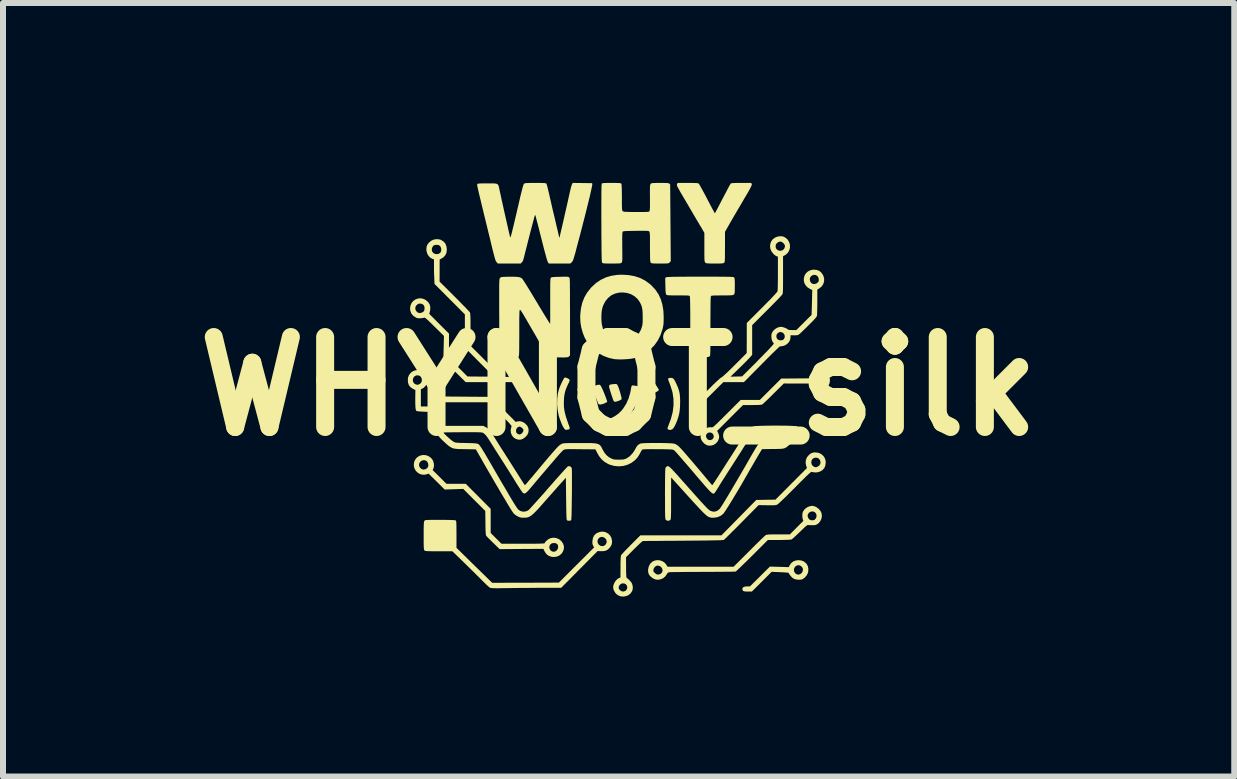
<source format=kicad_pcb>
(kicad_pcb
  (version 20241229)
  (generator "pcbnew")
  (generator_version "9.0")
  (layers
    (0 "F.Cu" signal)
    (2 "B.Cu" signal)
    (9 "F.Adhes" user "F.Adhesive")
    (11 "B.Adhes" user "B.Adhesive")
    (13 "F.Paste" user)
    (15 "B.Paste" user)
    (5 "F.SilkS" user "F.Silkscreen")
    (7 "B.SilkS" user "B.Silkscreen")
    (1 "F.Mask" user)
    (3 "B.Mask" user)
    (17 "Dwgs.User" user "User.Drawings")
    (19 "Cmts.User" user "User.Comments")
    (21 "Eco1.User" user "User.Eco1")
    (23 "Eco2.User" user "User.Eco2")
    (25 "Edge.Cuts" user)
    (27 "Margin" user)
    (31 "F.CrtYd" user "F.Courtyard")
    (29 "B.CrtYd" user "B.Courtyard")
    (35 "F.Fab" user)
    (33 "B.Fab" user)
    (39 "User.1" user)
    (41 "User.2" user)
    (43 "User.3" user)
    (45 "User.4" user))
  (footprint "WHYNOT_silk"
    (layer "F.Cu")
    (at 7.264 3.391)
    (property "Reference" "WHYNOT_silk" (at 0 0 0) (layer "F.SilkS") (effects (font (size 1.5 1.5) (thickness 0.3))))
    (attr board_only exclude_from_pos_files exclude_from_bom)
    (fp_poly (pts (xy 0.141 3.184) (xy 0.137 3.188) (xy 0.133 3.184) (xy 0.137 3.18)) (stroke (width 0) (type solid)) (fill yes) (layer "F.SilkS"))
    (fp_poly (pts (xy 0.568 -0.095) (xy 0.585 -0.076) (xy 0.609 -0.042) (xy 0.621 -0.024) (xy 0.641 0.007) (xy 0.657 0.033) (xy 0.668 0.052) (xy 0.672 0.061) (xy 0.666 0.07) (xy 0.65 0.082) (xy 0.631 0.093) (xy 0.614 0.101) (xy 0.608 0.102) (xy 0.599 0.095) (xy 0.584 0.079) (xy 0.565 0.055) (xy 0.548 0.032) (xy 0.528 0.002) (xy 0.513 -0.024) (xy 0.503 -0.043) (xy 0.5 -0.05) (xy 0.506 -0.066) (xy 0.521 -0.083) (xy 0.54 -0.096) (xy 0.556 -0.102)) (stroke (width 0) (type solid)) (fill yes) (layer "F.SilkS"))
    (fp_poly (pts (xy -0.576 -0.097) (xy -0.559 -0.085) (xy -0.542 -0.069) (xy -0.53 -0.052) (xy -0.525 -0.038) (xy -0.525 -0.038) (xy -0.531 -0.025) (xy -0.544 -0.005) (xy -0.562 0.019) (xy -0.583 0.045) (xy -0.603 0.069) (xy -0.621 0.089) (xy -0.633 0.1) (xy -0.637 0.102) (xy -0.649 0.097) (xy -0.666 0.086) (xy -0.667 0.085) (xy -0.681 0.069) (xy -0.688 0.053) (xy -0.688 0.052) (xy -0.683 0.039) (xy -0.672 0.017) (xy -0.656 -0.011) (xy -0.637 -0.039) (xy -0.618 -0.066) (xy -0.602 -0.087) (xy -0.59 -0.098) (xy -0.588 -0.099)) (stroke (width 0) (type solid)) (fill yes) (layer "F.SilkS"))
    (fp_poly (pts (xy -0.04 -0.038) (xy -0.025 -0.03) (xy -0.014 -0.013) (xy -0.003 0.014) (xy -0.002 0.016) (xy 0.014 0.064) (xy 0.028 0.11) (xy 0.039 0.151) (xy 0.047 0.183) (xy 0.05 0.206) (xy 0.05 0.214) (xy 0.04 0.223) (xy 0.02 0.234) (xy -0.006 0.245) (xy -0.032 0.253) (xy -0.055 0.258) (xy -0.059 0.258) (xy -0.075 0.253) (xy -0.086 0.237) (xy -0.088 0.232) (xy -0.094 0.216) (xy -0.104 0.188) (xy -0.116 0.152) (xy -0.129 0.112) (xy -0.133 0.099) (xy -0.147 0.053) (xy -0.156 0.02) (xy -0.159 -0.003) (xy -0.156 -0.017) (xy -0.145 -0.026) (xy -0.127 -0.031) (xy -0.101 -0.035) (xy -0.098 -0.035) (xy -0.063 -0.039)) (stroke (width 0) (type solid)) (fill yes) (layer "F.SilkS"))
    (fp_poly (pts (xy -0.318 -0.026) (xy -0.305 -0.019) (xy -0.303 -0.017) (xy -0.293 -0.001) (xy -0.279 0.026) (xy -0.262 0.063) (xy -0.245 0.104) (xy -0.227 0.148) (xy -0.212 0.189) (xy -0.188 0.258) (xy -0.205 0.269) (xy -0.228 0.281) (xy -0.257 0.293) (xy -0.286 0.301) (xy -0.308 0.305) (xy -0.308 0.305) (xy -0.326 0.301) (xy -0.334 0.295) (xy -0.343 0.283) (xy -0.344 0.279) (xy -0.347 0.269) (xy -0.355 0.248) (xy -0.368 0.218) (xy -0.383 0.181) (xy -0.395 0.156) (xy -0.412 0.115) (xy -0.427 0.079) (xy -0.438 0.05) (xy -0.444 0.031) (xy -0.445 0.025) (xy -0.441 0.013) (xy -0.426 0.003) (xy -0.404 -0.006) (xy -0.365 -0.02) (xy -0.337 -0.026)) (stroke (width 0) (type solid)) (fill yes) (layer "F.SilkS"))
    (fp_poly (pts (xy 0.891 -0.139) (xy 0.906 -0.133) (xy 0.92 -0.12) (xy 0.935 -0.098) (xy 0.952 -0.064) (xy 0.965 -0.036) (xy 0.989 0.018) (xy 1.006 0.068) (xy 1.017 0.116) (xy 1.023 0.168) (xy 1.026 0.229) (xy 1.026 0.266) (xy 1.024 0.339) (xy 1.019 0.402) (xy 1.01 0.458) (xy 0.996 0.513) (xy 0.976 0.571) (xy 0.973 0.58) (xy 0.95 0.633) (xy 0.93 0.673) (xy 0.911 0.701) (xy 0.892 0.718) (xy 0.871 0.726) (xy 0.859 0.727) (xy 0.837 0.724) (xy 0.821 0.716) (xy 0.82 0.715) (xy 0.816 0.705) (xy 0.817 0.691) (xy 0.826 0.668) (xy 0.828 0.662) (xy 0.872 0.544) (xy 0.902 0.43) (xy 0.916 0.319) (xy 0.915 0.211) (xy 0.9 0.108) (xy 0.896 0.091) (xy 0.883 0.048) (xy 0.868 0.001) (xy 0.853 -0.042) (xy 0.846 -0.06) (xy 0.832 -0.095) (xy 0.826 -0.118) (xy 0.828 -0.131) (xy 0.839 -0.138) (xy 0.859 -0.14) (xy 0.873 -0.141)) (stroke (width 0) (type solid)) (fill yes) (layer "F.SilkS"))
    (fp_poly (pts (xy -0.876 -0.144) (xy -0.852 -0.134) (xy -0.831 -0.122) (xy -0.821 -0.113) (xy -0.817 -0.106) (xy -0.817 -0.094) (xy -0.823 -0.076) (xy -0.836 -0.049) (xy -0.842 -0.037) (xy -0.869 0.023) (xy -0.888 0.076) (xy -0.901 0.128) (xy -0.909 0.185) (xy -0.912 0.238) (xy -0.913 0.294) (xy -0.911 0.345) (xy -0.905 0.395) (xy -0.894 0.447) (xy -0.879 0.504) (xy -0.858 0.568) (xy -0.832 0.643) (xy -0.823 0.666) (xy -0.815 0.693) (xy -0.817 0.709) (xy -0.831 0.719) (xy -0.857 0.724) (xy -0.878 0.726) (xy -0.892 0.721) (xy -0.905 0.706) (xy -0.909 0.701) (xy -0.925 0.676) (xy -0.943 0.64) (xy -0.961 0.596) (xy -0.979 0.549) (xy -0.994 0.502) (xy -1.001 0.477) (xy -1.017 0.391) (xy -1.025 0.301) (xy -1.023 0.211) (xy -1.013 0.125) (xy -0.996 0.055) (xy -0.984 0.02) (xy -0.968 -0.018) (xy -0.952 -0.055) (xy -0.934 -0.09) (xy -0.919 -0.119) (xy -0.905 -0.139) (xy -0.896 -0.148) (xy -0.895 -0.148)) (stroke (width 0) (type solid)) (fill yes) (layer "F.SilkS"))
    (fp_poly (pts (xy 0.261 -0.012) (xy 0.291 -0.008) (xy 0.32 -0.002) (xy 0.344 0.004) (xy 0.358 0.01) (xy 0.358 0.01) (xy 0.365 0.025) (xy 0.365 0.051) (xy 0.36 0.087) (xy 0.35 0.131) (xy 0.336 0.179) (xy 0.318 0.231) (xy 0.297 0.283) (xy 0.281 0.319) (xy 0.233 0.408) (xy 0.181 0.484) (xy 0.12 0.55) (xy 0.049 0.607) (xy -0.033 0.66) (xy -0.082 0.685) (xy -0.121 0.704) (xy -0.15 0.716) (xy -0.17 0.722) (xy -0.184 0.721) (xy -0.196 0.714) (xy -0.206 0.702) (xy -0.229 0.673) (xy -0.247 0.644) (xy -0.259 0.619) (xy -0.262 0.601) (xy -0.261 0.596) (xy -0.251 0.589) (xy -0.23 0.577) (xy -0.202 0.565) (xy -0.191 0.56) (xy -0.116 0.527) (xy -0.054 0.492) (xy -0.001 0.454) (xy 0.044 0.41) (xy 0.075 0.373) (xy 0.128 0.29) (xy 0.168 0.199) (xy 0.196 0.101) (xy 0.204 0.055) (xy 0.21 0.021) (xy 0.217 -0.003) (xy 0.223 -0.013) (xy 0.223 -0.013) (xy 0.237 -0.014)) (stroke (width 0) (type solid)) (fill yes) (layer "F.SilkS"))
    (fp_poly (pts (xy 3.051 2.905) (xy 3.093 2.923) (xy 3.129 2.955) (xy 3.136 2.963) (xy 3.155 2.998) (xy 3.164 3.041) (xy 3.162 3.086) (xy 3.153 3.12) (xy 3.134 3.155) (xy 3.107 3.186) (xy 3.076 3.21) (xy 3.057 3.22) (xy 3.021 3.225) (xy 2.98 3.224) (xy 2.939 3.215) (xy 2.917 3.206) (xy 2.896 3.191) (xy 2.873 3.167) (xy 2.851 3.14) (xy 2.836 3.114) (xy 2.835 3.111) (xy 2.827 3.108) (xy 2.805 3.106) (xy 2.773 3.103) (xy 2.733 3.101) (xy 2.692 3.099) (xy 2.552 3.093) (xy 2.387 3.258) (xy 2.222 3.422) (xy 2.155 3.422) (xy 2.118 3.421) (xy 2.094 3.418) (xy 2.079 3.413) (xy 2.075 3.41) (xy 2.065 3.392) (xy 2.063 3.379) (xy 2.07 3.358) (xy 2.09 3.344) (xy 2.124 3.337) (xy 2.144 3.336) (xy 2.19 3.336) (xy 2.357 3.171) (xy 2.468 3.06) (xy 2.922 3.06) (xy 2.928 3.09) (xy 2.945 3.117) (xy 2.965 3.132) (xy 2.99 3.14) (xy 3.017 3.136) (xy 3.032 3.129) (xy 3.057 3.108) (xy 3.071 3.079) (xy 3.073 3.046) (xy 3.07 3.034) (xy 3.055 3.009) (xy 3.031 2.991) (xy 3.004 2.982) (xy 2.977 2.985) (xy 2.976 2.985) (xy 2.947 3.004) (xy 2.929 3.03) (xy 2.922 3.06) (xy 2.468 3.06) (xy 2.523 3.006) (xy 2.679 3.01) (xy 2.836 3.015) (xy 2.849 2.99) (xy 2.877 2.948) (xy 2.914 2.919) (xy 2.958 2.903) (xy 3.002 2.899)) (stroke (width 0) (type solid)) (fill yes) (layer "F.SilkS"))
    (fp_poly (pts (xy 0.161 -1.855) (xy 0.261 -1.838) (xy 0.354 -1.808) (xy 0.439 -1.765) (xy 0.517 -1.709) (xy 0.552 -1.678) (xy 0.615 -1.609) (xy 0.666 -1.533) (xy 0.704 -1.45) (xy 0.731 -1.359) (xy 0.747 -1.258) (xy 0.752 -1.149) (xy 0.751 -1.098) (xy 0.75 -1.058) (xy 0.747 -1.026) (xy 0.742 -0.995) (xy 0.735 -0.963) (xy 0.731 -0.949) (xy 0.698 -0.852) (xy 0.653 -0.763) (xy 0.596 -0.683) (xy 0.528 -0.613) (xy 0.45 -0.554) (xy 0.364 -0.507) (xy 0.27 -0.473) (xy 0.254 -0.468) (xy 0.21 -0.46) (xy 0.155 -0.454) (xy 0.094 -0.45) (xy 0.033 -0.448) (xy -0.025 -0.45) (xy -0.068 -0.453) (xy -0.157 -0.472) (xy -0.245 -0.504) (xy -0.329 -0.548) (xy -0.397 -0.596) (xy -0.465 -0.659) (xy -0.522 -0.733) (xy -0.568 -0.817) (xy -0.597 -0.891) (xy -0.622 -0.979) (xy -0.636 -1.063) (xy -0.64 -1.15) (xy -0.64 -1.157) (xy -0.287 -1.157) (xy -0.286 -1.098) (xy -0.281 -1.043) (xy -0.279 -1.029) (xy -0.26 -0.953) (xy -0.231 -0.889) (xy -0.191 -0.836) (xy -0.14 -0.794) (xy -0.077 -0.761) (xy -0.056 -0.753) (xy 0.002 -0.739) (xy 0.066 -0.734) (xy 0.128 -0.739) (xy 0.176 -0.75) (xy 0.235 -0.778) (xy 0.288 -0.819) (xy 0.332 -0.872) (xy 0.368 -0.934) (xy 0.385 -0.979) (xy 0.392 -1.004) (xy 0.397 -1.027) (xy 0.4 -1.054) (xy 0.402 -1.087) (xy 0.402 -1.129) (xy 0.402 -1.156) (xy 0.401 -1.217) (xy 0.398 -1.265) (xy 0.392 -1.305) (xy 0.383 -1.34) (xy 0.369 -1.373) (xy 0.354 -1.403) (xy 0.315 -1.458) (xy 0.265 -1.502) (xy 0.206 -1.536) (xy 0.14 -1.557) (xy 0.069 -1.565) (xy 0.008 -1.562) (xy -0.06 -1.546) (xy -0.122 -1.517) (xy -0.175 -1.474) (xy -0.22 -1.42) (xy -0.254 -1.355) (xy -0.269 -1.313) (xy -0.279 -1.269) (xy -0.285 -1.216) (xy -0.287 -1.157) (xy -0.64 -1.157) (xy -0.639 -1.191) (xy -0.628 -1.297) (xy -0.606 -1.393) (xy -0.571 -1.482) (xy -0.524 -1.563) (xy -0.464 -1.639) (xy -0.453 -1.651) (xy -0.379 -1.72) (xy -0.3 -1.774) (xy -0.214 -1.815) (xy -0.121 -1.843) (xy -0.02 -1.858) (xy 0.051 -1.861)) (stroke (width 0) (type solid)) (fill yes) (layer "F.SilkS"))
    (fp_poly (pts (xy 1.211 -3.391) (xy 1.254 -3.39) (xy 1.286 -3.389) (xy 1.308 -3.388) (xy 1.322 -3.386) (xy 1.331 -3.382) (xy 1.337 -3.378) (xy 1.338 -3.377) (xy 1.347 -3.364) (xy 1.362 -3.337) (xy 1.384 -3.298) (xy 1.412 -3.247) (xy 1.446 -3.184) (xy 1.484 -3.111) (xy 1.528 -3.027) (xy 1.531 -3.021) (xy 1.553 -2.979) (xy 1.573 -2.942) (xy 1.589 -2.913) (xy 1.6 -2.893) (xy 1.605 -2.885) (xy 1.606 -2.884) (xy 1.61 -2.892) (xy 1.62 -2.911) (xy 1.636 -2.941) (xy 1.657 -2.981) (xy 1.681 -3.027) (xy 1.709 -3.08) (xy 1.734 -3.129) (xy 1.764 -3.186) (xy 1.792 -3.238) (xy 1.816 -3.285) (xy 1.837 -3.325) (xy 1.854 -3.355) (xy 1.865 -3.374) (xy 1.869 -3.381) (xy 1.876 -3.384) (xy 1.891 -3.387) (xy 1.916 -3.389) (xy 1.952 -3.39) (xy 2.001 -3.391) (xy 2.044 -3.391) (xy 2.211 -3.391) (xy 2.22 -3.373) (xy 2.221 -3.367) (xy 2.22 -3.359) (xy 2.217 -3.347) (xy 2.209 -3.331) (xy 2.198 -3.308) (xy 2.182 -3.278) (xy 2.16 -3.239) (xy 2.132 -3.191) (xy 2.096 -3.131) (xy 2.07 -3.085) (xy 2.032 -3.02) (xy 1.993 -2.955) (xy 1.955 -2.89) (xy 1.92 -2.83) (xy 1.888 -2.775) (xy 1.862 -2.73) (xy 1.843 -2.696) (xy 1.774 -2.576) (xy 1.774 -2.324) (xy 1.773 -2.255) (xy 1.773 -2.199) (xy 1.773 -2.156) (xy 1.772 -2.123) (xy 1.771 -2.099) (xy 1.769 -2.083) (xy 1.767 -2.072) (xy 1.764 -2.065) (xy 1.76 -2.06) (xy 1.759 -2.06) (xy 1.752 -2.055) (xy 1.741 -2.052) (xy 1.724 -2.049) (xy 1.698 -2.048) (xy 1.661 -2.047) (xy 1.611 -2.047) (xy 1.603 -2.047) (xy 1.552 -2.047) (xy 1.515 -2.048) (xy 1.488 -2.049) (xy 1.47 -2.051) (xy 1.458 -2.054) (xy 1.451 -2.058) (xy 1.445 -2.063) (xy 1.441 -2.068) (xy 1.438 -2.074) (xy 1.435 -2.084) (xy 1.433 -2.098) (xy 1.431 -2.12) (xy 1.431 -2.149) (xy 1.43 -2.189) (xy 1.43 -2.241) (xy 1.43 -2.306) (xy 1.43 -2.319) (xy 1.43 -2.559) (xy 1.373 -2.657) (xy 1.355 -2.686) (xy 1.332 -2.726) (xy 1.302 -2.776) (xy 1.269 -2.832) (xy 1.233 -2.893) (xy 1.196 -2.957) (xy 1.159 -3.02) (xy 1.158 -3.022) (xy 1.114 -3.097) (xy 1.077 -3.159) (xy 1.047 -3.21) (xy 1.023 -3.252) (xy 1.005 -3.285) (xy 0.991 -3.31) (xy 0.981 -3.329) (xy 0.975 -3.343) (xy 0.972 -3.353) (xy 0.972 -3.36) (xy 0.973 -3.366) (xy 0.975 -3.371) (xy 0.976 -3.372) (xy 0.984 -3.391) (xy 1.155 -3.391)) (stroke (width 0) (type solid)) (fill yes) (layer "F.SilkS"))
    (fp_poly (pts (xy 3.378 -0.271) (xy 3.415 -0.26) (xy 3.426 -0.255) (xy 3.47 -0.227) (xy 3.501 -0.192) (xy 3.518 -0.149) (xy 3.524 -0.099) (xy 3.517 -0.049) (xy 3.495 -0.006) (xy 3.46 0.03) (xy 3.45 0.037) (xy 3.425 0.052) (xy 3.404 0.06) (xy 3.377 0.062) (xy 3.365 0.062) (xy 3.314 0.055) (xy 3.27 0.036) (xy 3.233 0.005) (xy 3.219 -0.014) (xy 3.199 -0.046) (xy 2.977 -0.046) (xy 2.755 -0.047) (xy 2.582 0.124) (xy 2.539 0.167) (xy 2.499 0.206) (xy 2.463 0.241) (xy 2.433 0.269) (xy 2.41 0.29) (xy 2.396 0.302) (xy 2.393 0.304) (xy 2.378 0.307) (xy 2.349 0.31) (xy 2.306 0.312) (xy 2.252 0.312) (xy 2.225 0.313) (xy 2.074 0.313) (xy 1.858 0.528) (xy 1.643 0.744) (xy 1.662 0.782) (xy 1.676 0.824) (xy 1.675 0.865) (xy 1.658 0.908) (xy 1.652 0.919) (xy 1.621 0.953) (xy 1.584 0.977) (xy 1.542 0.989) (xy 1.499 0.989) (xy 1.469 0.98) (xy 1.434 0.959) (xy 1.404 0.929) (xy 1.381 0.895) (xy 1.369 0.861) (xy 1.367 0.847) (xy 1.37 0.827) (xy 1.457 0.827) (xy 1.462 0.853) (xy 1.48 0.881) (xy 1.505 0.895) (xy 1.534 0.897) (xy 1.563 0.884) (xy 1.565 0.882) (xy 1.582 0.86) (xy 1.587 0.834) (xy 1.581 0.808) (xy 1.565 0.786) (xy 1.54 0.772) (xy 1.537 0.771) (xy 1.506 0.77) (xy 1.481 0.781) (xy 1.464 0.801) (xy 1.457 0.827) (xy 1.37 0.827) (xy 1.374 0.802) (xy 1.393 0.762) (xy 1.421 0.727) (xy 1.455 0.701) (xy 1.495 0.685) (xy 1.536 0.682) (xy 1.546 0.684) (xy 1.552 0.685) (xy 1.559 0.684) (xy 1.567 0.682) (xy 1.576 0.677) (xy 1.589 0.667) (xy 1.606 0.652) (xy 1.629 0.631) (xy 1.658 0.603) (xy 1.694 0.567) (xy 1.739 0.523) (xy 1.794 0.468) (xy 1.804 0.458) (xy 2.036 0.227) (xy 2.196 0.227) (xy 2.355 0.227) (xy 2.533 0.049) (xy 2.672 -0.089) (xy 3.282 -0.089) (xy 3.293 -0.062) (xy 3.301 -0.052) (xy 3.324 -0.036) (xy 3.354 -0.03) (xy 3.385 -0.033) (xy 3.41 -0.046) (xy 3.413 -0.049) (xy 3.429 -0.076) (xy 3.434 -0.107) (xy 3.429 -0.137) (xy 3.413 -0.162) (xy 3.399 -0.172) (xy 3.369 -0.181) (xy 3.34 -0.177) (xy 3.315 -0.164) (xy 3.296 -0.143) (xy 3.284 -0.117) (xy 3.282 -0.089) (xy 2.672 -0.089) (xy 2.711 -0.129) (xy 2.952 -0.131) (xy 3.194 -0.133) (xy 3.198 -0.157) (xy 3.209 -0.182) (xy 3.231 -0.21) (xy 3.259 -0.236) (xy 3.289 -0.255) (xy 3.303 -0.261) (xy 3.343 -0.271)) (stroke (width 0) (type solid)) (fill yes) (layer "F.SilkS"))
    (fp_poly (pts (xy 1.472 -1.828) (xy 1.564 -1.828) (xy 1.643 -1.828) (xy 1.709 -1.827) (xy 1.764 -1.827) (xy 1.809 -1.826) (xy 1.845 -1.826) (xy 1.872 -1.825) (xy 1.893 -1.823) (xy 1.907 -1.822) (xy 1.917 -1.82) (xy 1.923 -1.818) (xy 1.925 -1.816) (xy 1.93 -1.809) (xy 1.933 -1.797) (xy 1.936 -1.777) (xy 1.937 -1.748) (xy 1.938 -1.707) (xy 1.938 -1.675) (xy 1.937 -1.627) (xy 1.937 -1.592) (xy 1.936 -1.568) (xy 1.933 -1.552) (xy 1.93 -1.541) (xy 1.924 -1.534) (xy 1.922 -1.531) (xy 1.916 -1.526) (xy 1.909 -1.522) (xy 1.897 -1.52) (xy 1.88 -1.518) (xy 1.855 -1.517) (xy 1.82 -1.516) (xy 1.773 -1.516) (xy 1.728 -1.516) (xy 1.664 -1.515) (xy 1.615 -1.515) (xy 1.579 -1.513) (xy 1.556 -1.511) (xy 1.543 -1.508) (xy 1.541 -1.506) (xy 1.539 -1.5) (xy 1.537 -1.487) (xy 1.535 -1.464) (xy 1.534 -1.431) (xy 1.533 -1.388) (xy 1.533 -1.333) (xy 1.532 -1.266) (xy 1.532 -1.186) (xy 1.531 -1.092) (xy 1.531 -1.004) (xy 1.531 -0.903) (xy 1.531 -0.818) (xy 1.531 -0.745) (xy 1.531 -0.685) (xy 1.53 -0.636) (xy 1.53 -0.596) (xy 1.529 -0.566) (xy 1.528 -0.542) (xy 1.526 -0.525) (xy 1.525 -0.513) (xy 1.522 -0.506) (xy 1.52 -0.501) (xy 1.517 -0.497) (xy 1.517 -0.497) (xy 1.504 -0.492) (xy 1.478 -0.488) (xy 1.443 -0.485) (xy 1.402 -0.483) (xy 1.358 -0.483) (xy 1.314 -0.484) (xy 1.274 -0.485) (xy 1.241 -0.488) (xy 1.218 -0.492) (xy 1.208 -0.497) (xy 1.205 -0.501) (xy 1.203 -0.507) (xy 1.201 -0.518) (xy 1.2 -0.535) (xy 1.198 -0.558) (xy 1.197 -0.588) (xy 1.197 -0.627) (xy 1.196 -0.676) (xy 1.196 -0.736) (xy 1.196 -0.808) (xy 1.195 -0.893) (xy 1.195 -0.993) (xy 1.195 -0.997) (xy 1.195 -1.112) (xy 1.195 -1.213) (xy 1.194 -1.299) (xy 1.193 -1.37) (xy 1.192 -1.425) (xy 1.191 -1.466) (xy 1.189 -1.491) (xy 1.187 -1.501) (xy 1.184 -1.505) (xy 1.178 -1.509) (xy 1.169 -1.512) (xy 1.153 -1.514) (xy 1.129 -1.515) (xy 1.096 -1.515) (xy 1.05 -1.516) (xy 0.993 -1.516) (xy 0.934 -1.516) (xy 0.888 -1.516) (xy 0.855 -1.517) (xy 0.83 -1.518) (xy 0.814 -1.52) (xy 0.804 -1.523) (xy 0.797 -1.527) (xy 0.795 -1.529) (xy 0.79 -1.537) (xy 0.787 -1.551) (xy 0.784 -1.573) (xy 0.782 -1.604) (xy 0.781 -1.648) (xy 0.78 -1.676) (xy 0.777 -1.808) (xy 0.797 -1.818) (xy 0.804 -1.82) (xy 0.818 -1.822) (xy 0.839 -1.823) (xy 0.868 -1.824) (xy 0.907 -1.826) (xy 0.956 -1.826) (xy 1.015 -1.827) (xy 1.087 -1.827) (xy 1.172 -1.828) (xy 1.271 -1.828) (xy 1.365 -1.828)) (stroke (width 0) (type solid)) (fill yes) (layer "F.SilkS"))
    (fp_poly (pts (xy -3.215 1.148) (xy -3.172 1.163) (xy -3.133 1.189) (xy -3.107 1.217) (xy -3.09 1.251) (xy -3.08 1.291) (xy -3.078 1.331) (xy -3.086 1.366) (xy -3.089 1.373) (xy -3.101 1.396) (xy -2.986 1.51) (xy -2.871 1.625) (xy -2.71 1.625) (xy -2.549 1.625) (xy -2.341 1.834) (xy -2.133 2.043) (xy -2.133 2.244) (xy -2.133 2.445) (xy -2.043 2.535) (xy -1.953 2.625) (xy -1.594 2.625) (xy -1.505 2.625) (xy -1.427 2.625) (xy -1.362 2.624) (xy -1.309 2.623) (xy -1.27 2.621) (xy -1.245 2.62) (xy -1.235 2.618) (xy -1.234 2.618) (xy -1.23 2.608) (xy -1.218 2.591) (xy -1.209 2.581) (xy -1.171 2.549) (xy -1.128 2.53) (xy -1.081 2.524) (xy -1.035 2.531) (xy -0.99 2.551) (xy -0.952 2.584) (xy -0.924 2.626) (xy -0.911 2.67) (xy -0.913 2.715) (xy -0.93 2.759) (xy -0.949 2.788) (xy -0.986 2.82) (xy -1.031 2.84) (xy -1.082 2.846) (xy -1.117 2.843) (xy -1.164 2.827) (xy -1.203 2.798) (xy -1.232 2.757) (xy -1.234 2.751) (xy -1.254 2.71) (xy -1.619 2.712) (xy -1.984 2.715) (xy -2.003 2.696) (xy -1.155 2.696) (xy -1.144 2.723) (xy -1.124 2.745) (xy -1.096 2.757) (xy -1.082 2.758) (xy -1.056 2.753) (xy -1.033 2.738) (xy -1.031 2.735) (xy -1.013 2.708) (xy -1.007 2.675) (xy -1.014 2.644) (xy -1.015 2.641) (xy -1.033 2.623) (xy -1.059 2.614) (xy -1.089 2.613) (xy -1.117 2.62) (xy -1.139 2.637) (xy -1.14 2.638) (xy -1.154 2.666) (xy -1.155 2.696) (xy -2.003 2.696) (xy -2.088 2.613) (xy -2.122 2.58) (xy -2.152 2.55) (xy -2.178 2.524) (xy -2.196 2.505) (xy -2.205 2.496) (xy -2.209 2.489) (xy -2.212 2.478) (xy -2.214 2.463) (xy -2.216 2.439) (xy -2.218 2.407) (xy -2.219 2.364) (xy -2.22 2.308) (xy -2.22 2.279) (xy -2.223 2.078) (xy -2.407 1.895) (xy -2.59 1.711) (xy -2.745 1.716) (xy -2.9 1.721) (xy -3.034 1.588) (xy -3.168 1.456) (xy -3.196 1.466) (xy -3.242 1.475) (xy -3.287 1.471) (xy -3.327 1.455) (xy -3.362 1.43) (xy -3.39 1.396) (xy -3.408 1.356) (xy -3.415 1.312) (xy -3.414 1.306) (xy -3.328 1.306) (xy -3.323 1.335) (xy -3.312 1.355) (xy -3.286 1.379) (xy -3.259 1.389) (xy -3.226 1.384) (xy -3.215 1.38) (xy -3.189 1.362) (xy -3.175 1.337) (xy -3.172 1.313) (xy -3.178 1.28) (xy -3.193 1.254) (xy -3.215 1.237) (xy -3.217 1.236) (xy -3.25 1.231) (xy -3.28 1.238) (xy -3.304 1.255) (xy -3.321 1.278) (xy -3.328 1.306) (xy -3.414 1.306) (xy -3.41 1.266) (xy -3.402 1.244) (xy -3.378 1.203) (xy -3.344 1.173) (xy -3.304 1.154) (xy -3.26 1.145)) (stroke (width 0) (type solid)) (fill yes) (layer "F.SilkS"))
    (fp_poly (pts (xy -3.314 -0.268) (xy -3.271 -0.252) (xy -3.233 -0.224) (xy -3.204 -0.186) (xy -3.2 -0.179) (xy -3.185 -0.14) (xy -3.181 -0.105) (xy -3.187 -0.066) (xy -3.188 -0.06) (xy -3.202 -0.03) (xy -3.225 0.000461) (xy -3.252 0.026) (xy -3.274 0.039) (xy -3.297 0.049) (xy -3.297 0.192) (xy -3.297 0.336) (xy -3.202 0.336) (xy -3.107 0.336) (xy -3.022 0.253) (xy -2.938 0.17) (xy -2.536 0.173) (xy -2.133 0.176) (xy -1.924 0.385) (xy -1.715 0.594) (xy -1.684 0.585) (xy -1.644 0.582) (xy -1.602 0.593) (xy -1.56 0.618) (xy -1.554 0.624) (xy -1.522 0.658) (xy -1.505 0.697) (xy -1.5 0.734) (xy -1.506 0.776) (xy -1.524 0.813) (xy -1.554 0.846) (xy -1.594 0.875) (xy -1.634 0.89) (xy -1.675 0.889) (xy -1.716 0.876) (xy -1.753 0.851) (xy -1.78 0.816) (xy -1.796 0.774) (xy -1.798 0.741) (xy -1.711 0.741) (xy -1.705 0.771) (xy -1.687 0.791) (xy -1.668 0.799) (xy -1.654 0.803) (xy -1.65 0.804) (xy -1.642 0.801) (xy -1.627 0.794) (xy -1.626 0.794) (xy -1.605 0.776) (xy -1.59 0.75) (xy -1.586 0.73) (xy -1.592 0.713) (xy -1.608 0.696) (xy -1.628 0.68) (xy -1.648 0.672) (xy -1.652 0.672) (xy -1.677 0.679) (xy -1.697 0.698) (xy -1.709 0.725) (xy -1.711 0.741) (xy -1.798 0.741) (xy -1.799 0.728) (xy -1.789 0.68) (xy -1.785 0.669) (xy -1.785 0.663) (xy -1.79 0.654) (xy -1.801 0.64) (xy -1.818 0.62) (xy -1.842 0.594) (xy -1.875 0.56) (xy -1.917 0.517) (xy -1.969 0.465) (xy -1.974 0.46) (xy -2.168 0.266) (xy -2.538 0.266) (xy -2.909 0.266) (xy -2.988 0.342) (xy -3.017 0.371) (xy -3.041 0.392) (xy -3.062 0.407) (xy -3.083 0.418) (xy -3.108 0.424) (xy -3.138 0.426) (xy -3.177 0.426) (xy -3.227 0.424) (xy -3.256 0.423) (xy -3.303 0.42) (xy -3.337 0.418) (xy -3.359 0.414) (xy -3.371 0.41) (xy -3.375 0.407) (xy -3.381 0.391) (xy -3.386 0.366) (xy -3.388 0.329) (xy -3.39 0.281) (xy -3.39 0.218) (xy -3.39 0.193) (xy -3.388 0.062) (xy -3.429 0.042) (xy -3.468 0.016) (xy -3.495 -0.016) (xy -3.51 -0.057) (xy -3.514 -0.093) (xy -3.513 -0.114) (xy -3.43 -0.114) (xy -3.429 -0.085) (xy -3.418 -0.059) (xy -3.397 -0.039) (xy -3.381 -0.032) (xy -3.363 -0.027) (xy -3.354 -0.024) (xy -3.353 -0.024) (xy -3.346 -0.026) (xy -3.329 -0.033) (xy -3.325 -0.034) (xy -3.298 -0.052) (xy -3.283 -0.079) (xy -3.28 -0.107) (xy -3.286 -0.141) (xy -3.304 -0.167) (xy -3.331 -0.181) (xy -3.364 -0.183) (xy -3.377 -0.18) (xy -3.404 -0.165) (xy -3.422 -0.142) (xy -3.43 -0.114) (xy -3.513 -0.114) (xy -3.511 -0.145) (xy -3.494 -0.189) (xy -3.464 -0.226) (xy -3.448 -0.24) (xy -3.405 -0.262) (xy -3.36 -0.271)) (stroke (width 0) (type solid)) (fill yes) (layer "F.SilkS"))
    (fp_poly (pts (xy -2.905 2.227) (xy -2.841 2.228) (xy -2.79 2.229) (xy -2.752 2.231) (xy -2.727 2.233) (xy -2.718 2.235) (xy -2.714 2.238) (xy -2.711 2.243) (xy -2.708 2.252) (xy -2.706 2.266) (xy -2.705 2.287) (xy -2.704 2.318) (xy -2.704 2.359) (xy -2.703 2.412) (xy -2.703 2.468) (xy -2.703 2.693) (xy -2.406 2.985) (xy -2.108 3.276) (xy -1.552 3.275) (xy -0.996 3.273) (xy -0.702 2.979) (xy -0.408 2.686) (xy -0.424 2.659) (xy -0.432 2.64) (xy -0.437 2.619) (xy -0.437 2.59) (xy -0.436 2.579) (xy -0.436 2.579) (xy -0.352 2.579) (xy -0.349 2.608) (xy -0.334 2.635) (xy -0.329 2.641) (xy -0.301 2.66) (xy -0.27 2.665) (xy -0.241 2.658) (xy -0.223 2.645) (xy -0.204 2.617) (xy -0.198 2.586) (xy -0.206 2.556) (xy -0.227 2.53) (xy -0.245 2.519) (xy -0.277 2.51) (xy -0.305 2.515) (xy -0.328 2.53) (xy -0.344 2.552) (xy -0.352 2.579) (xy -0.436 2.579) (xy -0.428 2.529) (xy -0.409 2.489) (xy -0.379 2.458) (xy -0.352 2.442) (xy -0.305 2.426) (xy -0.258 2.423) (xy -0.214 2.433) (xy -0.175 2.455) (xy -0.143 2.486) (xy -0.121 2.525) (xy -0.11 2.571) (xy -0.109 2.585) (xy -0.113 2.626) (xy -0.125 2.659) (xy -0.147 2.69) (xy -0.155 2.698) (xy -0.184 2.725) (xy -0.214 2.741) (xy -0.25 2.748) (xy -0.293 2.749) (xy -0.35 2.747) (xy -0.654 3.054) (xy -0.957 3.36) (xy -1.219 3.36) (xy -1.29 3.36) (xy -1.372 3.36) (xy -1.462 3.361) (xy -1.556 3.362) (xy -1.65 3.362) (xy -1.74 3.363) (xy -1.805 3.364) (xy -1.885 3.365) (xy -1.95 3.366) (xy -2.003 3.367) (xy -2.045 3.367) (xy -2.077 3.366) (xy -2.102 3.365) (xy -2.119 3.364) (xy -2.132 3.362) (xy -2.141 3.36) (xy -2.148 3.356) (xy -2.152 3.353) (xy -2.165 3.343) (xy -2.186 3.324) (xy -2.215 3.297) (xy -2.247 3.265) (xy -2.283 3.23) (xy -2.289 3.223) (xy -2.325 3.187) (xy -2.369 3.144) (xy -2.419 3.094) (xy -2.472 3.042) (xy -2.526 2.989) (xy -2.578 2.938) (xy -2.587 2.929) (xy -2.772 2.75) (xy -2.998 2.75) (xy -3.064 2.75) (xy -3.116 2.75) (xy -3.156 2.749) (xy -3.185 2.748) (xy -3.206 2.747) (xy -3.22 2.745) (xy -3.229 2.742) (xy -3.235 2.738) (xy -3.237 2.736) (xy -3.241 2.73) (xy -3.244 2.721) (xy -3.246 2.708) (xy -3.248 2.687) (xy -3.249 2.659) (xy -3.25 2.62) (xy -3.25 2.569) (xy -3.25 2.505) (xy -3.25 2.492) (xy -3.25 2.424) (xy -3.25 2.37) (xy -3.249 2.328) (xy -3.248 2.297) (xy -3.246 2.275) (xy -3.244 2.26) (xy -3.241 2.249) (xy -3.238 2.244) (xy -3.234 2.239) (xy -3.23 2.235) (xy -3.222 2.232) (xy -3.211 2.23) (xy -3.193 2.229) (xy -3.168 2.228) (xy -3.133 2.227) (xy -3.087 2.227) (xy -3.029 2.227) (xy -2.98 2.227)) (stroke (width 0) (type solid)) (fill yes) (layer "F.SilkS"))
    (fp_poly (pts (xy 3.267 2) (xy 3.304 2.019) (xy 3.339 2.046) (xy 3.367 2.08) (xy 3.383 2.113) (xy 3.39 2.158) (xy 3.383 2.204) (xy 3.364 2.247) (xy 3.334 2.283) (xy 3.321 2.293) (xy 3.302 2.305) (xy 3.286 2.312) (xy 3.266 2.315) (xy 3.237 2.316) (xy 3.228 2.316) (xy 3.197 2.315) (xy 3.172 2.314) (xy 3.156 2.312) (xy 3.155 2.312) (xy 3.145 2.316) (xy 3.124 2.332) (xy 3.093 2.359) (xy 3.054 2.397) (xy 3.022 2.428) (xy 2.985 2.463) (xy 2.951 2.495) (xy 2.922 2.522) (xy 2.899 2.542) (xy 2.884 2.553) (xy 2.881 2.554) (xy 2.868 2.556) (xy 2.842 2.558) (xy 2.804 2.56) (xy 2.759 2.561) (xy 2.708 2.562) (xy 2.675 2.562) (xy 2.488 2.563) (xy 2.227 2.824) (xy 2.174 2.876) (xy 2.124 2.926) (xy 2.078 2.97) (xy 2.037 3.01) (xy 2.003 3.042) (xy 1.977 3.067) (xy 1.959 3.083) (xy 1.952 3.089) (xy 1.942 3.089) (xy 1.918 3.09) (xy 1.88 3.091) (xy 1.831 3.092) (xy 1.772 3.092) (xy 1.704 3.093) (xy 1.627 3.093) (xy 1.544 3.094) (xy 1.456 3.094) (xy 1.4 3.094) (xy 1.309 3.095) (xy 1.223 3.095) (xy 1.142 3.095) (xy 1.067 3.096) (xy 1.001 3.097) (xy 0.945 3.097) (xy 0.899 3.098) (xy 0.866 3.099) (xy 0.846 3.099) (xy 0.841 3.1) (xy 0.819 3.111) (xy 0.807 3.128) (xy 0.779 3.169) (xy 0.742 3.2) (xy 0.708 3.215) (xy 0.671 3.224) (xy 0.64 3.225) (xy 0.609 3.218) (xy 0.598 3.214) (xy 0.568 3.199) (xy 0.538 3.175) (xy 0.513 3.149) (xy 0.506 3.137) (xy 0.493 3.099) (xy 0.492 3.076) (xy 0.579 3.076) (xy 0.584 3.091) (xy 0.598 3.107) (xy 0.604 3.113) (xy 0.632 3.134) (xy 0.659 3.14) (xy 0.69 3.132) (xy 0.701 3.126) (xy 0.723 3.104) (xy 0.733 3.077) (xy 0.73 3.048) (xy 0.716 3.021) (xy 0.691 2.999) (xy 0.662 2.989) (xy 0.633 2.992) (xy 0.607 3.008) (xy 0.588 3.033) (xy 0.581 3.057) (xy 0.579 3.076) (xy 0.492 3.076) (xy 0.492 3.055) (xy 0.501 3.01) (xy 0.521 2.968) (xy 0.529 2.956) (xy 0.561 2.925) (xy 0.601 2.906) (xy 0.645 2.898) (xy 0.689 2.902) (xy 0.732 2.917) (xy 0.769 2.942) (xy 0.793 2.971) (xy 0.816 3.008) (xy 1.367 3.008) (xy 1.918 3.008) (xy 2.176 2.75) (xy 2.229 2.697) (xy 2.279 2.647) (xy 2.325 2.602) (xy 2.366 2.562) (xy 2.401 2.529) (xy 2.428 2.503) (xy 2.447 2.486) (xy 2.455 2.48) (xy 2.465 2.476) (xy 2.481 2.474) (xy 2.505 2.471) (xy 2.538 2.47) (xy 2.583 2.469) (xy 2.641 2.469) (xy 2.666 2.469) (xy 2.856 2.469) (xy 2.968 2.356) (xy 3.08 2.244) (xy 3.072 2.219) (xy 3.064 2.185) (xy 3.064 2.162) (xy 3.151 2.162) (xy 3.159 2.191) (xy 3.176 2.216) (xy 3.2 2.23) (xy 3.231 2.235) (xy 3.26 2.229) (xy 3.271 2.223) (xy 3.285 2.207) (xy 3.296 2.186) (xy 3.297 2.183) (xy 3.301 2.151) (xy 3.292 2.122) (xy 3.273 2.1) (xy 3.246 2.087) (xy 3.232 2.086) (xy 3.198 2.092) (xy 3.173 2.109) (xy 3.156 2.133) (xy 3.151 2.162) (xy 3.064 2.162) (xy 3.063 2.145) (xy 3.068 2.109) (xy 3.073 2.092) (xy 3.096 2.057) (xy 3.129 2.027) (xy 3.17 2.005) (xy 3.213 1.994) (xy 3.231 1.993)) (stroke (width 0) (type solid)) (fill yes) (layer "F.SilkS"))
    (fp_poly (pts (xy -0.865 -1.827) (xy -0.847 -1.826) (xy -0.836 -1.823) (xy -0.828 -1.819) (xy -0.826 -1.817) (xy -0.823 -1.815) (xy -0.821 -1.812) (xy -0.819 -1.809) (xy -0.818 -1.805) (xy -0.816 -1.797) (xy -0.815 -1.786) (xy -0.814 -1.77) (xy -0.813 -1.749) (xy -0.812 -1.721) (xy -0.812 -1.686) (xy -0.812 -1.642) (xy -0.811 -1.59) (xy -0.811 -1.527) (xy -0.811 -1.452) (xy -0.811 -1.366) (xy -0.81 -1.267) (xy -0.81 -1.154) (xy -0.81 -1.053) (xy -0.81 -0.515) (xy -0.827 -0.498) (xy -0.833 -0.492) (xy -0.841 -0.488) (xy -0.852 -0.485) (xy -0.868 -0.483) (xy -0.891 -0.482) (xy -0.925 -0.481) (xy -0.971 -0.482) (xy -1.002 -0.482) (xy -1.16 -0.483) (xy -1.182 -0.509) (xy -1.193 -0.524) (xy -1.209 -0.549) (xy -1.231 -0.583) (xy -1.255 -0.624) (xy -1.282 -0.669) (xy -1.292 -0.688) (xy -1.352 -0.79) (xy -1.403 -0.88) (xy -1.449 -0.958) (xy -1.487 -1.024) (xy -1.52 -1.081) (xy -1.548 -1.129) (xy -1.571 -1.167) (xy -1.589 -1.199) (xy -1.604 -1.223) (xy -1.616 -1.241) (xy -1.625 -1.255) (xy -1.631 -1.264) (xy -1.636 -1.269) (xy -1.64 -1.272) (xy -1.642 -1.273) (xy -1.645 -1.274) (xy -1.645 -1.274) (xy -1.648 -1.272) (xy -1.65 -1.265) (xy -1.652 -1.254) (xy -1.653 -1.235) (xy -1.654 -1.208) (xy -1.655 -1.172) (xy -1.656 -1.126) (xy -1.656 -1.068) (xy -1.656 -0.996) (xy -1.656 -0.911) (xy -1.656 -0.888) (xy -1.656 -0.8) (xy -1.657 -0.726) (xy -1.657 -0.665) (xy -1.657 -0.616) (xy -1.658 -0.577) (xy -1.659 -0.548) (xy -1.66 -0.526) (xy -1.662 -0.511) (xy -1.664 -0.501) (xy -1.666 -0.495) (xy -1.669 -0.491) (xy -1.678 -0.487) (xy -1.695 -0.484) (xy -1.721 -0.482) (xy -1.759 -0.481) (xy -1.81 -0.481) (xy -1.819 -0.48) (xy -1.87 -0.481) (xy -1.908 -0.481) (xy -1.935 -0.483) (xy -1.953 -0.485) (xy -1.965 -0.489) (xy -1.972 -0.493) (xy -1.975 -0.496) (xy -1.978 -0.499) (xy -1.98 -0.505) (xy -1.982 -0.513) (xy -1.983 -0.525) (xy -1.985 -0.542) (xy -1.986 -0.564) (xy -1.987 -0.594) (xy -1.988 -0.632) (xy -1.988 -0.678) (xy -1.989 -0.735) (xy -1.989 -0.803) (xy -1.99 -0.882) (xy -1.99 -0.975) (xy -1.99 -1.082) (xy -1.99 -1.147) (xy -1.991 -1.262) (xy -1.991 -1.362) (xy -1.991 -1.449) (xy -1.991 -1.523) (xy -1.991 -1.586) (xy -1.991 -1.638) (xy -1.991 -1.681) (xy -1.99 -1.715) (xy -1.989 -1.742) (xy -1.988 -1.763) (xy -1.987 -1.778) (xy -1.985 -1.788) (xy -1.983 -1.796) (xy -1.981 -1.801) (xy -1.978 -1.805) (xy -1.978 -1.806) (xy -1.972 -1.812) (xy -1.964 -1.817) (xy -1.954 -1.821) (xy -1.937 -1.823) (xy -1.913 -1.825) (xy -1.877 -1.826) (xy -1.828 -1.827) (xy -1.826 -1.827) (xy -1.764 -1.827) (xy -1.716 -1.826) (xy -1.679 -1.823) (xy -1.65 -1.818) (xy -1.629 -1.81) (xy -1.612 -1.798) (xy -1.603 -1.789) (xy -1.595 -1.778) (xy -1.58 -1.755) (xy -1.558 -1.721) (xy -1.531 -1.678) (xy -1.5 -1.627) (xy -1.464 -1.569) (xy -1.426 -1.505) (xy -1.385 -1.437) (xy -1.364 -1.403) (xy -1.323 -1.334) (xy -1.284 -1.27) (xy -1.249 -1.212) (xy -1.217 -1.16) (xy -1.19 -1.116) (xy -1.168 -1.082) (xy -1.153 -1.057) (xy -1.144 -1.045) (xy -1.142 -1.043) (xy -1.141 -1.051) (xy -1.141 -1.074) (xy -1.14 -1.109) (xy -1.14 -1.155) (xy -1.14 -1.21) (xy -1.14 -1.274) (xy -1.14 -1.344) (xy -1.14 -1.418) (xy -1.14 -1.42) (xy -1.14 -1.509) (xy -1.14 -1.583) (xy -1.14 -1.644) (xy -1.14 -1.693) (xy -1.139 -1.732) (xy -1.138 -1.761) (xy -1.137 -1.782) (xy -1.135 -1.796) (xy -1.132 -1.805) (xy -1.131 -1.808) (xy -1.126 -1.813) (xy -1.117 -1.817) (xy -1.103 -1.82) (xy -1.081 -1.822) (xy -1.049 -1.824) (xy -1.005 -1.825) (xy -0.98 -1.826) (xy -0.929 -1.827) (xy -0.891 -1.828)) (stroke (width 0) (type solid)) (fill yes) (layer "F.SilkS"))
    (fp_poly (pts (xy 3.334 1.109) (xy 3.379 1.13) (xy 3.417 1.164) (xy 3.439 1.199) (xy 3.451 1.236) (xy 3.453 1.279) (xy 3.446 1.323) (xy 3.431 1.361) (xy 3.428 1.365) (xy 3.397 1.399) (xy 3.357 1.422) (xy 3.31 1.435) (xy 3.276 1.436) (xy 3.249 1.433) (xy 3.227 1.429) (xy 3.218 1.426) (xy 3.212 1.428) (xy 3.201 1.435) (xy 3.184 1.45) (xy 3.16 1.471) (xy 3.128 1.501) (xy 3.089 1.54) (xy 3.04 1.588) (xy 2.982 1.646) (xy 2.934 1.695) (xy 2.865 1.764) (xy 2.806 1.823) (xy 2.757 1.871) (xy 2.716 1.91) (xy 2.685 1.939) (xy 2.661 1.96) (xy 2.644 1.972) (xy 2.636 1.977) (xy 2.615 1.981) (xy 2.581 1.983) (xy 2.533 1.984) (xy 2.473 1.983) (xy 2.471 1.983) (xy 2.334 1.981) (xy 2.052 2.267) (xy 1.997 2.323) (xy 1.945 2.375) (xy 1.896 2.423) (xy 1.853 2.466) (xy 1.817 2.502) (xy 1.787 2.531) (xy 1.766 2.551) (xy 1.755 2.561) (xy 1.753 2.562) (xy 1.742 2.563) (xy 1.715 2.565) (xy 1.673 2.567) (xy 1.616 2.568) (xy 1.545 2.569) (xy 1.458 2.571) (xy 1.357 2.572) (xy 1.242 2.573) (xy 1.113 2.574) (xy 1.077 2.575) (xy 0.977 2.575) (xy 0.881 2.576) (xy 0.79 2.576) (xy 0.707 2.577) (xy 0.631 2.578) (xy 0.564 2.578) (xy 0.507 2.578) (xy 0.462 2.579) (xy 0.429 2.579) (xy 0.41 2.579) (xy 0.405 2.579) (xy 0.397 2.584) (xy 0.379 2.599) (xy 0.353 2.622) (xy 0.322 2.652) (xy 0.286 2.687) (xy 0.258 2.714) (xy 0.124 2.85) (xy 0.125 3.021) (xy 0.125 3.085) (xy 0.127 3.133) (xy 0.129 3.168) (xy 0.131 3.188) (xy 0.134 3.195) (xy 0.149 3.204) (xy 0.169 3.221) (xy 0.19 3.243) (xy 0.208 3.264) (xy 0.217 3.277) (xy 0.227 3.301) (xy 0.235 3.329) (xy 0.235 3.332) (xy 0.237 3.376) (xy 0.225 3.416) (xy 0.201 3.451) (xy 0.169 3.479) (xy 0.129 3.497) (xy 0.084 3.506) (xy 0.036 3.502) (xy 0.023 3.499) (xy -0.019 3.479) (xy -0.053 3.447) (xy -0.078 3.405) (xy -0.089 3.37) (xy -0.089 3.36) (xy 0 3.36) (xy 0.005 3.376) (xy 0.018 3.395) (xy 0.023 3.399) (xy 0.051 3.418) (xy 0.082 3.422) (xy 0.112 3.412) (xy 0.119 3.406) (xy 0.138 3.383) (xy 0.145 3.355) (xy 0.14 3.327) (xy 0.123 3.303) (xy 0.102 3.29) (xy 0.072 3.285) (xy 0.043 3.292) (xy 0.019 3.311) (xy 0.004 3.337) (xy 0 3.36) (xy -0.089 3.36) (xy -0.09 3.334) (xy -0.079 3.295) (xy -0.059 3.257) (xy -0.032 3.224) (xy -0.001 3.201) (xy 0.005 3.198) (xy 0.031 3.187) (xy 0.032 3.014) (xy 0.032 2.944) (xy 0.034 2.89) (xy 0.036 2.851) (xy 0.039 2.826) (xy 0.041 2.818) (xy 0.049 2.807) (xy 0.067 2.787) (xy 0.092 2.759) (xy 0.124 2.725) (xy 0.162 2.687) (xy 0.202 2.645) (xy 0.207 2.641) (xy 0.363 2.485) (xy 1.039 2.485) (xy 1.715 2.485) (xy 2.005 2.19) (xy 2.295 1.895) (xy 2.455 1.892) (xy 2.615 1.89) (xy 2.878 1.626) (xy 3.141 1.362) (xy 3.129 1.329) (xy 3.118 1.277) (xy 3.119 1.268) (xy 3.212 1.268) (xy 3.219 1.3) (xy 3.236 1.326) (xy 3.263 1.344) (xy 3.268 1.345) (xy 3.282 1.349) (xy 3.288 1.351) (xy 3.295 1.349) (xy 3.312 1.342) (xy 3.316 1.341) (xy 3.346 1.321) (xy 3.363 1.294) (xy 3.367 1.261) (xy 3.356 1.228) (xy 3.336 1.204) (xy 3.31 1.191) (xy 3.28 1.19) (xy 3.252 1.198) (xy 3.229 1.217) (xy 3.219 1.234) (xy 3.212 1.268) (xy 3.119 1.268) (xy 3.123 1.228) (xy 3.141 1.183) (xy 3.174 1.144) (xy 3.176 1.142) (xy 3.206 1.119) (xy 3.234 1.107) (xy 3.267 1.102) (xy 3.282 1.102)) (stroke (width 0) (type solid)) (fill yes) (layer "F.SilkS"))
    (fp_poly (pts (xy -2.982 -2.448) (xy -2.964 -2.442) (xy -2.921 -2.416) (xy -2.889 -2.381) (xy -2.871 -2.336) (xy -2.864 -2.282) (xy -2.864 -2.281) (xy -2.87 -2.228) (xy -2.889 -2.185) (xy -2.921 -2.151) (xy -2.946 -2.135) (xy -2.984 -2.113) (xy -2.984 -1.93) (xy -2.985 -1.746) (xy -2.738 -1.5) (xy -2.686 -1.448) (xy -2.638 -1.399) (xy -2.594 -1.354) (xy -2.555 -1.315) (xy -2.523 -1.281) (xy -2.499 -1.255) (xy -2.484 -1.239) (xy -2.48 -1.233) (xy -2.477 -1.224) (xy -2.474 -1.211) (xy -2.473 -1.191) (xy -2.471 -1.162) (xy -2.47 -1.124) (xy -2.469 -1.075) (xy -2.469 -1.014) (xy -2.469 -0.944) (xy -2.469 -0.676) (xy -2.209 -0.416) (xy -1.949 -0.156) (xy -1.838 -0.156) (xy -1.726 -0.156) (xy -1.552 0.012) (xy -1.379 0.179) (xy -1.292 0.18) (xy -1.253 0.18) (xy -1.226 0.181) (xy -1.209 0.184) (xy -1.199 0.189) (xy -1.193 0.194) (xy -1.181 0.216) (xy -1.183 0.24) (xy -1.192 0.253) (xy -1.2 0.259) (xy -1.214 0.262) (xy -1.236 0.264) (xy -1.268 0.265) (xy -1.31 0.266) (xy -1.415 0.266) (xy -1.506 0.181) (xy -1.547 0.143) (xy -1.591 0.099) (xy -1.635 0.056) (xy -1.674 0.017) (xy -1.678 0.013) (xy -1.759 -0.07) (xy -2.155 -0.07) (xy -2.55 -0.07) (xy -2.736 -0.255) (xy -2.922 -0.44) (xy -2.917 -0.64) (xy -2.912 -0.84) (xy -3.069 -0.995) (xy -3.117 -1.042) (xy -3.155 -1.079) (xy -3.184 -1.106) (xy -3.206 -1.126) (xy -3.222 -1.138) (xy -3.232 -1.144) (xy -3.239 -1.145) (xy -3.24 -1.144) (xy -3.255 -1.141) (xy -3.28 -1.137) (xy -3.302 -1.135) (xy -3.335 -1.134) (xy -3.36 -1.138) (xy -3.38 -1.147) (xy -3.425 -1.177) (xy -3.456 -1.215) (xy -3.473 -1.26) (xy -3.477 -1.298) (xy -3.475 -1.314) (xy -3.389 -1.314) (xy -3.389 -1.285) (xy -3.376 -1.256) (xy -3.374 -1.254) (xy -3.349 -1.23) (xy -3.321 -1.221) (xy -3.289 -1.226) (xy -3.278 -1.23) (xy -3.252 -1.246) (xy -3.238 -1.27) (xy -3.235 -1.301) (xy -3.239 -1.334) (xy -3.253 -1.357) (xy -3.275 -1.372) (xy -3.306 -1.38) (xy -3.335 -1.376) (xy -3.36 -1.362) (xy -3.379 -1.34) (xy -3.389 -1.314) (xy -3.475 -1.314) (xy -3.47 -1.347) (xy -3.452 -1.389) (xy -3.423 -1.423) (xy -3.388 -1.448) (xy -3.347 -1.463) (xy -3.304 -1.468) (xy -3.26 -1.46) (xy -3.218 -1.441) (xy -3.18 -1.408) (xy -3.176 -1.405) (xy -3.15 -1.364) (xy -3.139 -1.319) (xy -3.142 -1.268) (xy -3.145 -1.253) (xy -3.157 -1.208) (xy -2.993 -1.043) (xy -2.828 -0.878) (xy -2.828 -0.675) (xy -2.828 -0.473) (xy -2.674 -0.318) (xy -2.52 -0.164) (xy -2.303 -0.162) (xy -2.235 -0.162) (xy -2.181 -0.162) (xy -2.14 -0.162) (xy -2.112 -0.163) (xy -2.095 -0.165) (xy -2.087 -0.168) (xy -2.088 -0.171) (xy -2.092 -0.173) (xy -2.099 -0.179) (xy -2.115 -0.195) (xy -2.14 -0.22) (xy -2.172 -0.252) (xy -2.211 -0.291) (xy -2.255 -0.335) (xy -2.303 -0.383) (xy -2.33 -0.411) (xy -2.563 -0.645) (xy -2.563 -0.922) (xy -2.563 -1.199) (xy -2.816 -1.453) (xy -3.069 -1.707) (xy -3.073 -1.797) (xy -3.075 -1.84) (xy -3.077 -1.893) (xy -3.078 -1.948) (xy -3.078 -1.999) (xy -3.078 -2.001) (xy -3.078 -2.116) (xy -3.104 -2.125) (xy -3.139 -2.144) (xy -3.169 -2.175) (xy -3.191 -2.214) (xy -3.203 -2.259) (xy -3.204 -2.266) (xy -3.114 -2.266) (xy -3.109 -2.25) (xy -3.091 -2.224) (xy -3.064 -2.208) (xy -3.033 -2.203) (xy -3.001 -2.208) (xy -2.976 -2.224) (xy -2.961 -2.247) (xy -2.956 -2.277) (xy -2.96 -2.308) (xy -2.974 -2.335) (xy -2.987 -2.348) (xy -3.01 -2.357) (xy -3.04 -2.359) (xy -3.069 -2.355) (xy -3.084 -2.348) (xy -3.102 -2.326) (xy -3.113 -2.297) (xy -3.114 -2.266) (xy -3.204 -2.266) (xy -3.205 -2.285) (xy -3.202 -2.325) (xy -3.191 -2.356) (xy -3.17 -2.387) (xy -3.163 -2.395) (xy -3.125 -2.427) (xy -3.08 -2.447) (xy -3.031 -2.454)) (stroke (width 0) (type solid)) (fill yes) (layer "F.SilkS"))
    (fp_poly (pts (xy 0.744 -3.391) (xy 0.783 -3.39) (xy 0.81 -3.389) (xy 0.829 -3.386) (xy 0.84 -3.383) (xy 0.847 -3.379) (xy 0.847 -3.379) (xy 0.857 -3.368) (xy 0.86 -3.365) (xy 0.86 -3.357) (xy 0.86 -3.335) (xy 0.86 -3.299) (xy 0.861 -3.251) (xy 0.861 -3.193) (xy 0.862 -3.124) (xy 0.862 -3.047) (xy 0.863 -2.962) (xy 0.864 -2.871) (xy 0.864 -2.775) (xy 0.865 -2.725) (xy 0.87 -2.086) (xy 0.851 -2.066) (xy 0.845 -2.06) (xy 0.837 -2.054) (xy 0.827 -2.051) (xy 0.812 -2.049) (xy 0.788 -2.048) (xy 0.755 -2.047) (xy 0.709 -2.047) (xy 0.691 -2.047) (xy 0.64 -2.047) (xy 0.603 -2.048) (xy 0.576 -2.049) (xy 0.558 -2.051) (xy 0.547 -2.054) (xy 0.54 -2.058) (xy 0.536 -2.061) (xy 0.533 -2.067) (xy 0.53 -2.075) (xy 0.528 -2.089) (xy 0.526 -2.108) (xy 0.525 -2.136) (xy 0.524 -2.174) (xy 0.524 -2.222) (xy 0.523 -2.285) (xy 0.523 -2.322) (xy 0.523 -2.392) (xy 0.523 -2.448) (xy 0.523 -2.491) (xy 0.522 -2.524) (xy 0.52 -2.547) (xy 0.518 -2.563) (xy 0.516 -2.574) (xy 0.512 -2.58) (xy 0.511 -2.582) (xy 0.505 -2.586) (xy 0.497 -2.589) (xy 0.483 -2.591) (xy 0.462 -2.592) (xy 0.433 -2.593) (xy 0.393 -2.593) (xy 0.34 -2.593) (xy 0.289 -2.592) (xy 0.221 -2.591) (xy 0.168 -2.59) (xy 0.128 -2.589) (xy 0.099 -2.587) (xy 0.081 -2.584) (xy 0.071 -2.581) (xy 0.069 -2.58) (xy 0.066 -2.574) (xy 0.064 -2.561) (xy 0.062 -2.54) (xy 0.061 -2.51) (xy 0.06 -2.47) (xy 0.061 -2.416) (xy 0.061 -2.349) (xy 0.061 -2.323) (xy 0.062 -2.254) (xy 0.062 -2.199) (xy 0.062 -2.157) (xy 0.062 -2.124) (xy 0.061 -2.101) (xy 0.059 -2.084) (xy 0.057 -2.074) (xy 0.054 -2.066) (xy 0.05 -2.062) (xy 0.044 -2.057) (xy 0.036 -2.053) (xy 0.024 -2.05) (xy 0.004 -2.049) (xy -0.024 -2.048) (xy -0.064 -2.047) (xy -0.114 -2.047) (xy -0.167 -2.047) (xy -0.206 -2.048) (xy -0.234 -2.049) (xy -0.253 -2.051) (xy -0.265 -2.054) (xy -0.272 -2.058) (xy -0.274 -2.06) (xy -0.276 -2.065) (xy -0.278 -2.074) (xy -0.28 -2.089) (xy -0.281 -2.111) (xy -0.282 -2.14) (xy -0.283 -2.178) (xy -0.284 -2.226) (xy -0.285 -2.283) (xy -0.285 -2.352) (xy -0.286 -2.433) (xy -0.287 -2.528) (xy -0.287 -2.636) (xy -0.287 -2.716) (xy -0.288 -2.849) (xy -0.288 -2.966) (xy -0.288 -3.068) (xy -0.287 -3.155) (xy -0.287 -3.227) (xy -0.286 -3.285) (xy -0.285 -3.328) (xy -0.283 -3.357) (xy -0.282 -3.373) (xy -0.281 -3.375) (xy -0.277 -3.381) (xy -0.272 -3.385) (xy -0.261 -3.387) (xy -0.244 -3.389) (xy -0.219 -3.39) (xy -0.182 -3.391) (xy -0.133 -3.391) (xy -0.117 -3.391) (xy -0.064 -3.391) (xy -0.024 -3.39) (xy 0.004 -3.389) (xy 0.023 -3.388) (xy 0.035 -3.385) (xy 0.042 -3.382) (xy 0.046 -3.377) (xy 0.047 -3.376) (xy 0.049 -3.363) (xy 0.051 -3.336) (xy 0.053 -3.295) (xy 0.054 -3.243) (xy 0.055 -3.18) (xy 0.055 -3.146) (xy 0.055 -3.083) (xy 0.055 -3.033) (xy 0.056 -2.995) (xy 0.057 -2.967) (xy 0.058 -2.947) (xy 0.061 -2.934) (xy 0.064 -2.926) (xy 0.068 -2.921) (xy 0.069 -2.92) (xy 0.075 -2.916) (xy 0.084 -2.913) (xy 0.099 -2.91) (xy 0.121 -2.909) (xy 0.152 -2.908) (xy 0.194 -2.907) (xy 0.249 -2.906) (xy 0.293 -2.906) (xy 0.356 -2.906) (xy 0.405 -2.906) (xy 0.443 -2.907) (xy 0.47 -2.908) (xy 0.489 -2.909) (xy 0.501 -2.911) (xy 0.508 -2.914) (xy 0.513 -2.918) (xy 0.514 -2.92) (xy 0.517 -2.927) (xy 0.52 -2.941) (xy 0.521 -2.964) (xy 0.523 -2.995) (xy 0.523 -3.039) (xy 0.523 -3.094) (xy 0.523 -3.147) (xy 0.522 -3.21) (xy 0.522 -3.26) (xy 0.523 -3.298) (xy 0.523 -3.326) (xy 0.525 -3.346) (xy 0.527 -3.359) (xy 0.53 -3.368) (xy 0.534 -3.374) (xy 0.535 -3.375) (xy 0.541 -3.381) (xy 0.549 -3.385) (xy 0.562 -3.388) (xy 0.581 -3.389) (xy 0.609 -3.39) (xy 0.649 -3.391) (xy 0.692 -3.391)) (stroke (width 0) (type solid)) (fill yes) (layer "F.SilkS"))
    (fp_poly (pts (xy -0.603 -3.389) (xy -0.441 -3.387) (xy -0.439 -3.366) (xy -0.44 -3.352) (xy -0.445 -3.325) (xy -0.454 -3.284) (xy -0.466 -3.232) (xy -0.48 -3.168) (xy -0.498 -3.095) (xy -0.518 -3.014) (xy -0.54 -2.925) (xy -0.564 -2.829) (xy -0.59 -2.728) (xy -0.617 -2.623) (xy -0.645 -2.514) (xy -0.675 -2.404) (xy -0.704 -2.293) (xy -0.72 -2.231) (xy -0.734 -2.183) (xy -0.745 -2.146) (xy -0.753 -2.119) (xy -0.761 -2.099) (xy -0.768 -2.085) (xy -0.775 -2.076) (xy -0.782 -2.068) (xy -0.805 -2.047) (xy -0.984 -2.047) (xy -1.164 -2.047) (xy -1.176 -2.066) (xy -1.181 -2.075) (xy -1.187 -2.089) (xy -1.194 -2.111) (xy -1.203 -2.14) (xy -1.213 -2.178) (xy -1.226 -2.226) (xy -1.242 -2.284) (xy -1.26 -2.354) (xy -1.281 -2.438) (xy -1.306 -2.535) (xy -1.313 -2.563) (xy -1.329 -2.627) (xy -1.344 -2.687) (xy -1.358 -2.74) (xy -1.37 -2.785) (xy -1.379 -2.821) (xy -1.386 -2.845) (xy -1.389 -2.855) (xy -1.389 -2.855) (xy -1.394 -2.853) (xy -1.4 -2.839) (xy -1.403 -2.828) (xy -1.433 -2.715) (xy -1.461 -2.61) (xy -1.486 -2.513) (xy -1.508 -2.427) (xy -1.527 -2.353) (xy -1.542 -2.292) (xy -1.548 -2.27) (xy -1.562 -2.213) (xy -1.573 -2.169) (xy -1.581 -2.137) (xy -1.588 -2.114) (xy -1.593 -2.098) (xy -1.598 -2.087) (xy -1.603 -2.079) (xy -1.609 -2.072) (xy -1.613 -2.068) (xy -1.632 -2.047) (xy -1.823 -2.047) (xy -2.014 -2.047) (xy -2.034 -2.07) (xy -2.038 -2.076) (xy -2.043 -2.083) (xy -2.048 -2.092) (xy -2.053 -2.104) (xy -2.058 -2.12) (xy -2.065 -2.142) (xy -2.073 -2.17) (xy -2.082 -2.206) (xy -2.094 -2.252) (xy -2.108 -2.308) (xy -2.124 -2.375) (xy -2.143 -2.455) (xy -2.166 -2.549) (xy -2.169 -2.559) (xy -2.187 -2.635) (xy -2.206 -2.712) (xy -2.224 -2.786) (xy -2.241 -2.855) (xy -2.256 -2.918) (xy -2.269 -2.971) (xy -2.279 -3.012) (xy -2.283 -3.028) (xy -2.302 -3.109) (xy -2.319 -3.177) (xy -2.332 -3.232) (xy -2.342 -3.276) (xy -2.349 -3.309) (xy -2.354 -3.334) (xy -2.357 -3.352) (xy -2.358 -3.363) (xy -2.357 -3.37) (xy -2.357 -3.37) (xy -2.354 -3.375) (xy -2.346 -3.378) (xy -2.333 -3.38) (xy -2.312 -3.382) (xy -2.28 -3.383) (xy -2.237 -3.383) (xy -2.188 -3.383) (xy -2.131 -3.383) (xy -2.087 -3.383) (xy -2.054 -3.381) (xy -2.031 -3.376) (xy -2.016 -3.367) (xy -2.005 -3.353) (xy -1.998 -3.334) (xy -1.992 -3.307) (xy -1.985 -3.273) (xy -1.98 -3.248) (xy -1.971 -3.209) (xy -1.96 -3.158) (xy -1.947 -3.097) (xy -1.931 -3.028) (xy -1.915 -2.953) (xy -1.897 -2.873) (xy -1.878 -2.789) (xy -1.859 -2.705) (xy -1.84 -2.621) (xy -1.831 -2.582) (xy -1.823 -2.547) (xy -1.816 -2.516) (xy -1.81 -2.494) (xy -1.807 -2.485) (xy -1.805 -2.483) (xy -1.802 -2.489) (xy -1.797 -2.501) (xy -1.791 -2.521) (xy -1.783 -2.551) (xy -1.773 -2.59) (xy -1.761 -2.64) (xy -1.746 -2.701) (xy -1.729 -2.775) (xy -1.708 -2.862) (xy -1.685 -2.963) (xy -1.675 -3.004) (xy -1.655 -3.091) (xy -1.638 -3.165) (xy -1.623 -3.225) (xy -1.611 -3.273) (xy -1.601 -3.311) (xy -1.593 -3.339) (xy -1.586 -3.359) (xy -1.581 -3.371) (xy -1.577 -3.377) (xy -1.57 -3.382) (xy -1.56 -3.385) (xy -1.546 -3.388) (xy -1.524 -3.389) (xy -1.494 -3.39) (xy -1.452 -3.391) (xy -1.397 -3.391) (xy -1.387 -3.391) (xy -1.327 -3.391) (xy -1.282 -3.39) (xy -1.248 -3.389) (xy -1.225 -3.387) (xy -1.211 -3.384) (xy -1.204 -3.381) (xy -1.204 -3.38) (xy -1.2 -3.37) (xy -1.193 -3.347) (xy -1.184 -3.313) (xy -1.174 -3.27) (xy -1.162 -3.222) (xy -1.156 -3.196) (xy -1.144 -3.141) (xy -1.128 -3.074) (xy -1.112 -3.001) (xy -1.094 -2.925) (xy -1.076 -2.85) (xy -1.061 -2.787) (xy -1.047 -2.726) (xy -1.034 -2.669) (xy -1.021 -2.617) (xy -1.011 -2.573) (xy -1.003 -2.538) (xy -0.998 -2.516) (xy -0.997 -2.512) (xy -0.987 -2.473) (xy -0.966 -2.563) (xy -0.957 -2.601) (xy -0.945 -2.653) (xy -0.931 -2.714) (xy -0.915 -2.782) (xy -0.899 -2.855) (xy -0.882 -2.93) (xy -0.865 -3.004) (xy -0.849 -3.074) (xy -0.835 -3.138) (xy -0.823 -3.194) (xy -0.813 -3.237) (xy -0.812 -3.24) (xy -0.803 -3.28) (xy -0.794 -3.317) (xy -0.785 -3.347) (xy -0.778 -3.365) (xy -0.778 -3.367) (xy -0.765 -3.391)) (stroke (width 0) (type solid)) (fill yes) (layer "F.SilkS"))
    (fp_poly (pts (xy 2.726 -2.501) (xy 2.749 -2.495) (xy 2.774 -2.483) (xy 2.779 -2.48) (xy 2.816 -2.449) (xy 2.841 -2.41) (xy 2.855 -2.367) (xy 2.858 -2.322) (xy 2.849 -2.277) (xy 2.829 -2.236) (xy 2.798 -2.202) (xy 2.76 -2.178) (xy 2.742 -2.17) (xy 2.742 -1.862) (xy 2.742 -1.781) (xy 2.742 -1.715) (xy 2.741 -1.662) (xy 2.741 -1.62) (xy 2.739 -1.588) (xy 2.738 -1.564) (xy 2.736 -1.548) (xy 2.733 -1.537) (xy 2.731 -1.533) (xy 2.723 -1.523) (xy 2.706 -1.504) (xy 2.679 -1.475) (xy 2.645 -1.44) (xy 2.605 -1.399) (xy 2.559 -1.352) (xy 2.51 -1.302) (xy 2.473 -1.266) (xy 2.227 -1.02) (xy 2.227 -0.772) (xy 2.227 -0.524) (xy 2.191 -0.483) (xy 2.175 -0.466) (xy 2.15 -0.44) (xy 2.118 -0.407) (xy 2.081 -0.37) (xy 2.04 -0.33) (xy 2.01 -0.301) (xy 1.865 -0.16) (xy 1.962 -0.163) (xy 2.059 -0.165) (xy 2.186 -0.292) (xy 2.23 -0.336) (xy 2.282 -0.387) (xy 2.336 -0.443) (xy 2.39 -0.498) (xy 2.44 -0.55) (xy 2.456 -0.565) (xy 2.499 -0.61) (xy 2.532 -0.645) (xy 2.556 -0.672) (xy 2.573 -0.691) (xy 2.583 -0.705) (xy 2.587 -0.714) (xy 2.587 -0.719) (xy 2.584 -0.722) (xy 2.567 -0.743) (xy 2.555 -0.774) (xy 2.548 -0.81) (xy 2.548 -0.821) (xy 2.631 -0.821) (xy 2.642 -0.794) (xy 2.658 -0.778) (xy 2.683 -0.768) (xy 2.712 -0.766) (xy 2.738 -0.773) (xy 2.75 -0.781) (xy 2.767 -0.808) (xy 2.771 -0.837) (xy 2.763 -0.866) (xy 2.744 -0.889) (xy 2.734 -0.895) (xy 2.708 -0.905) (xy 2.686 -0.904) (xy 2.664 -0.895) (xy 2.642 -0.875) (xy 2.631 -0.849) (xy 2.631 -0.821) (xy 2.548 -0.821) (xy 2.547 -0.848) (xy 2.553 -0.883) (xy 2.555 -0.888) (xy 2.576 -0.923) (xy 2.608 -0.954) (xy 2.646 -0.977) (xy 2.687 -0.99) (xy 2.707 -0.992) (xy 2.73 -0.989) (xy 2.758 -0.981) (xy 2.786 -0.97) (xy 2.81 -0.958) (xy 2.824 -0.947) (xy 2.824 -0.946) (xy 2.834 -0.942) (xy 2.858 -0.939) (xy 2.891 -0.938) (xy 2.897 -0.938) (xy 2.964 -0.938) (xy 3.091 -1.065) (xy 3.218 -1.191) (xy 3.224 -1.399) (xy 3.229 -1.606) (xy 3.197 -1.62) (xy 3.152 -1.648) (xy 3.12 -1.682) (xy 3.098 -1.72) (xy 3.088 -1.762) (xy 3.089 -1.784) (xy 3.188 -1.784) (xy 3.194 -1.749) (xy 3.211 -1.724) (xy 3.236 -1.708) (xy 3.264 -1.704) (xy 3.295 -1.712) (xy 3.314 -1.726) (xy 3.331 -1.743) (xy 3.338 -1.76) (xy 3.338 -1.782) (xy 3.331 -1.815) (xy 3.313 -1.84) (xy 3.288 -1.855) (xy 3.259 -1.859) (xy 3.23 -1.851) (xy 3.211 -1.837) (xy 3.194 -1.815) (xy 3.188 -1.79) (xy 3.188 -1.784) (xy 3.089 -1.784) (xy 3.089 -1.804) (xy 3.1 -1.844) (xy 3.12 -1.88) (xy 3.15 -1.91) (xy 3.189 -1.932) (xy 3.237 -1.944) (xy 3.26 -1.945) (xy 3.311 -1.939) (xy 3.353 -1.92) (xy 3.387 -1.888) (xy 3.414 -1.844) (xy 3.427 -1.796) (xy 3.426 -1.749) (xy 3.412 -1.704) (xy 3.385 -1.664) (xy 3.346 -1.633) (xy 3.344 -1.631) (xy 3.313 -1.613) (xy 3.313 -1.409) (xy 3.313 -1.353) (xy 3.312 -1.3) (xy 3.311 -1.254) (xy 3.31 -1.217) (xy 3.309 -1.191) (xy 3.308 -1.179) (xy 3.304 -1.168) (xy 3.295 -1.154) (xy 3.281 -1.135) (xy 3.259 -1.111) (xy 3.229 -1.079) (xy 3.189 -1.039) (xy 3.165 -1.015) (xy 3.126 -0.976) (xy 3.089 -0.941) (xy 3.057 -0.91) (xy 3.031 -0.885) (xy 3.012 -0.869) (xy 3.005 -0.863) (xy 2.988 -0.855) (xy 2.967 -0.851) (xy 2.936 -0.85) (xy 2.925 -0.85) (xy 2.867 -0.852) (xy 2.867 -0.82) (xy 2.86 -0.776) (xy 2.839 -0.736) (xy 2.808 -0.704) (xy 2.767 -0.68) (xy 2.74 -0.672) (xy 2.715 -0.668) (xy 2.696 -0.666) (xy 2.689 -0.666) (xy 2.683 -0.661) (xy 2.666 -0.646) (xy 2.64 -0.621) (xy 2.607 -0.589) (xy 2.566 -0.55) (xy 2.52 -0.504) (xy 2.469 -0.453) (xy 2.415 -0.398) (xy 2.386 -0.369) (xy 2.09 -0.07) (xy 1.918 -0.07) (xy 1.747 -0.07) (xy 1.578 0.098) (xy 1.409 0.266) (xy 1.303 0.266) (xy 1.26 0.265) (xy 1.229 0.264) (xy 1.209 0.263) (xy 1.196 0.259) (xy 1.188 0.254) (xy 1.185 0.251) (xy 1.174 0.231) (xy 1.173 0.208) (xy 1.181 0.19) (xy 1.183 0.188) (xy 1.198 0.183) (xy 1.229 0.18) (xy 1.274 0.179) (xy 1.283 0.179) (xy 1.371 0.18) (xy 1.531 0.02) (xy 1.58 -0.029) (xy 1.623 -0.07) (xy 1.66 -0.104) (xy 1.688 -0.129) (xy 1.707 -0.144) (xy 1.715 -0.148) (xy 1.727 -0.156) (xy 1.749 -0.175) (xy 1.781 -0.203) (xy 1.821 -0.241) (xy 1.869 -0.287) (xy 1.923 -0.341) (xy 1.937 -0.355) (xy 2.136 -0.554) (xy 2.137 -0.804) (xy 2.137 -1.055) (xy 2.388 -1.307) (xy 2.44 -1.359) (xy 2.489 -1.409) (xy 2.534 -1.454) (xy 2.572 -1.495) (xy 2.604 -1.529) (xy 2.628 -1.556) (xy 2.643 -1.574) (xy 2.648 -1.581) (xy 2.651 -1.595) (xy 2.653 -1.624) (xy 2.654 -1.667) (xy 2.655 -1.723) (xy 2.656 -1.791) (xy 2.656 -1.87) (xy 2.656 -1.883) (xy 2.656 -2.163) (xy 2.636 -2.168) (xy 2.62 -2.176) (xy 2.599 -2.192) (xy 2.583 -2.206) (xy 2.55 -2.248) (xy 2.531 -2.292) (xy 2.525 -2.338) (xy 2.618 -2.338) (xy 2.622 -2.305) (xy 2.639 -2.281) (xy 2.655 -2.27) (xy 2.687 -2.259) (xy 2.719 -2.263) (xy 2.735 -2.27) (xy 2.759 -2.291) (xy 2.772 -2.321) (xy 2.774 -2.341) (xy 2.767 -2.362) (xy 2.751 -2.384) (xy 2.729 -2.402) (xy 2.707 -2.413) (xy 2.7 -2.414) (xy 2.667 -2.407) (xy 2.64 -2.389) (xy 2.622 -2.363) (xy 2.618 -2.338) (xy 2.525 -2.338) (xy 2.525 -2.338) (xy 2.531 -2.381) (xy 2.547 -2.421) (xy 2.574 -2.455) (xy 2.611 -2.481) (xy 2.656 -2.498) (xy 2.694 -2.502)) (stroke (width 0) (type solid)) (fill yes) (layer "F.SilkS"))
    (fp_poly (pts (xy 2.72 0.656) (xy 2.783 0.656) (xy 2.84 0.658) (xy 2.89 0.66) (xy 2.93 0.662) (xy 2.958 0.665) (xy 2.973 0.668) (xy 3.002 0.687) (xy 3.022 0.717) (xy 3.03 0.751) (xy 3.027 0.787) (xy 3.02 0.804) (xy 3.008 0.82) (xy 2.987 0.844) (xy 2.959 0.874) (xy 2.926 0.906) (xy 2.891 0.938) (xy 2.856 0.969) (xy 2.825 0.995) (xy 2.8 1.015) (xy 2.784 1.024) (xy 2.771 1.03) (xy 2.759 1.035) (xy 2.744 1.038) (xy 2.725 1.041) (xy 2.699 1.043) (xy 2.664 1.044) (xy 2.618 1.045) (xy 2.569 1.045) (xy 2.391 1.048) (xy 2.341 1.131) (xy 2.317 1.172) (xy 2.287 1.223) (xy 2.253 1.282) (xy 2.216 1.345) (xy 2.179 1.409) (xy 2.144 1.471) (xy 2.111 1.527) (xy 2.084 1.576) (xy 2.078 1.586) (xy 2.053 1.63) (xy 2.024 1.679) (xy 1.992 1.733) (xy 1.958 1.79) (xy 1.923 1.847) (xy 1.889 1.904) (xy 1.856 1.957) (xy 1.825 2.007) (xy 1.798 2.049) (xy 1.775 2.084) (xy 1.758 2.109) (xy 1.748 2.123) (xy 1.747 2.124) (xy 1.704 2.158) (xy 1.652 2.181) (xy 1.594 2.191) (xy 1.582 2.191) (xy 1.561 2.191) (xy 1.542 2.19) (xy 1.525 2.186) (xy 1.507 2.18) (xy 1.488 2.17) (xy 1.467 2.155) (xy 1.443 2.134) (xy 1.414 2.107) (xy 1.38 2.072) (xy 1.34 2.03) (xy 1.292 1.978) (xy 1.235 1.916) (xy 1.188 1.864) (xy 1.136 1.807) (xy 1.087 1.752) (xy 1.041 1.702) (xy 1 1.656) (xy 0.964 1.617) (xy 0.936 1.586) (xy 0.916 1.563) (xy 0.905 1.551) (xy 0.876 1.52) (xy 0.875 1.868) (xy 0.875 1.951) (xy 0.875 2.02) (xy 0.875 2.076) (xy 0.874 2.121) (xy 0.873 2.155) (xy 0.872 2.181) (xy 0.871 2.2) (xy 0.869 2.213) (xy 0.867 2.221) (xy 0.864 2.226) (xy 0.861 2.229) (xy 0.839 2.241) (xy 0.814 2.241) (xy 0.793 2.232) (xy 0.786 2.225) (xy 0.783 2.22) (xy 0.781 2.211) (xy 0.779 2.198) (xy 0.777 2.179) (xy 0.776 2.153) (xy 0.775 2.119) (xy 0.774 2.076) (xy 0.774 2.022) (xy 0.774 1.955) (xy 0.774 1.876) (xy 0.773 1.791) (xy 0.774 1.688) (xy 0.774 1.599) (xy 0.775 1.523) (xy 0.776 1.461) (xy 0.777 1.413) (xy 0.779 1.38) (xy 0.781 1.362) (xy 0.781 1.359) (xy 0.795 1.343) (xy 0.805 1.336) (xy 0.812 1.332) (xy 0.819 1.331) (xy 0.827 1.331) (xy 0.836 1.336) (xy 0.848 1.344) (xy 0.863 1.357) (xy 0.883 1.376) (xy 0.907 1.402) (xy 0.938 1.435) (xy 0.976 1.476) (xy 1.021 1.527) (xy 1.075 1.588) (xy 1.139 1.659) (xy 1.139 1.66) (xy 1.209 1.738) (xy 1.269 1.806) (xy 1.321 1.864) (xy 1.364 1.912) (xy 1.401 1.952) (xy 1.431 1.985) (xy 1.456 2.011) (xy 1.476 2.032) (xy 1.492 2.047) (xy 1.506 2.059) (xy 1.517 2.068) (xy 1.527 2.074) (xy 1.535 2.078) (xy 1.576 2.09) (xy 1.617 2.087) (xy 1.655 2.07) (xy 1.688 2.04) (xy 1.69 2.037) (xy 1.704 2.017) (xy 1.726 1.984) (xy 1.753 1.94) (xy 1.787 1.885) (xy 1.826 1.82) (xy 1.869 1.748) (xy 1.916 1.668) (xy 1.967 1.581) (xy 2.021 1.489) (xy 2.077 1.393) (xy 2.134 1.294) (xy 2.192 1.192) (xy 2.224 1.137) (xy 2.251 1.091) (xy 2.276 1.049) (xy 2.298 1.013) (xy 2.316 0.985) (xy 2.329 0.967) (xy 2.333 0.963) (xy 2.34 0.957) (xy 2.347 0.953) (xy 2.358 0.95) (xy 2.373 0.948) (xy 2.396 0.946) (xy 2.427 0.946) (xy 2.47 0.945) (xy 2.527 0.945) (xy 2.532 0.945) (xy 2.591 0.945) (xy 2.636 0.945) (xy 2.67 0.944) (xy 2.695 0.942) (xy 2.713 0.94) (xy 2.726 0.937) (xy 2.737 0.932) (xy 2.741 0.931) (xy 2.763 0.916) (xy 2.792 0.893) (xy 2.825 0.865) (xy 2.857 0.835) (xy 2.885 0.806) (xy 2.899 0.789) (xy 2.924 0.758) (xy 2.62 0.758) (xy 2.548 0.758) (xy 2.482 0.759) (xy 2.422 0.76) (xy 2.371 0.761) (xy 2.331 0.763) (xy 2.302 0.764) (xy 2.288 0.766) (xy 2.288 0.766) (xy 2.268 0.774) (xy 2.247 0.79) (xy 2.224 0.814) (xy 2.197 0.848) (xy 2.165 0.893) (xy 2.128 0.951) (xy 2.113 0.974) (xy 2.09 1.01) (xy 2.061 1.057) (xy 2.026 1.112) (xy 1.987 1.173) (xy 1.947 1.236) (xy 1.906 1.3) (xy 1.875 1.348) (xy 1.836 1.408) (xy 1.798 1.468) (xy 1.761 1.526) (xy 1.728 1.578) (xy 1.699 1.624) (xy 1.676 1.661) (xy 1.662 1.685) (xy 1.641 1.718) (xy 1.623 1.747) (xy 1.608 1.769) (xy 1.599 1.78) (xy 1.598 1.781) (xy 1.591 1.786) (xy 1.584 1.789) (xy 1.576 1.789) (xy 1.567 1.786) (xy 1.555 1.778) (xy 1.539 1.765) (xy 1.519 1.746) (xy 1.495 1.72) (xy 1.464 1.686) (xy 1.427 1.644) (xy 1.383 1.592) (xy 1.33 1.531) (xy 1.268 1.458) (xy 1.248 1.434) (xy 1.193 1.37) (xy 1.141 1.309) (xy 1.092 1.253) (xy 1.048 1.202) (xy 1.009 1.157) (xy 0.977 1.12) (xy 0.951 1.092) (xy 0.934 1.074) (xy 0.927 1.067) (xy 0.92 1.063) (xy 0.913 1.059) (xy 0.902 1.056) (xy 0.886 1.054) (xy 0.865 1.052) (xy 0.835 1.051) (xy 0.795 1.05) (xy 0.744 1.049) (xy 0.68 1.049) (xy 0.655 1.049) (xy 0.578 1.048) (xy 0.516 1.048) (xy 0.468 1.049) (xy 0.432 1.05) (xy 0.409 1.052) (xy 0.396 1.054) (xy 0.394 1.055) (xy 0.386 1.066) (xy 0.373 1.087) (xy 0.359 1.114) (xy 0.356 1.121) (xy 0.318 1.183) (xy 0.269 1.236) (xy 0.211 1.278) (xy 0.146 1.309) (xy 0.077 1.328) (xy 0.004 1.334) (xy -0.07 1.328) (xy -0.143 1.308) (xy -0.176 1.294) (xy -0.234 1.26) (xy -0.284 1.217) (xy -0.326 1.163) (xy -0.35 1.121) (xy -0.387 1.051) (xy -0.641 1.049) (xy -0.711 1.048) (xy -0.767 1.048) (xy -0.811 1.048) (xy -0.844 1.048) (xy -0.869 1.049) (xy -0.886 1.051) (xy -0.899 1.053) (xy -0.908 1.056) (xy -0.916 1.06) (xy -0.922 1.064) (xy -0.932 1.073) (xy -0.95 1.091) (xy -0.975 1.118) (xy -1.008 1.155) (xy -1.049 1.202) (xy -1.098 1.26) (xy -1.156 1.327) (xy -1.223 1.406) (xy -1.3 1.496) (xy -1.386 1.598) (xy -1.445 1.668) (xy -1.483 1.713) (xy -1.512 1.746) (xy -1.536 1.769) (xy -1.554 1.782) (xy -1.568 1.788) (xy -1.581 1.786) (xy -1.593 1.777) (xy -1.603 1.768) (xy -1.612 1.755) (xy -1.629 1.732) (xy -1.65 1.699) (xy -1.676 1.659) (xy -1.705 1.614) (xy -1.727 1.578) (xy -1.761 1.523) (xy -1.801 1.459) (xy -1.844 1.39) (xy -1.888 1.321) (xy -1.929 1.256) (xy -1.953 1.219) (xy -1.989 1.163) (xy -2.025 1.106) (xy -2.06 1.051) (xy -2.092 1) (xy -2.12 0.956) (xy -2.139 0.926) (xy -2.17 0.877) (xy -2.196 0.839) (xy -2.218 0.812) (xy -2.238 0.792) (xy -2.257 0.778) (xy -2.265 0.774) (xy -2.274 0.771) (xy -2.291 0.769) (xy -2.318 0.767) (xy -2.354 0.766) (xy -2.403 0.765) (xy -2.463 0.765) (xy -2.538 0.765) (xy -2.601 0.765) (xy -2.67 0.766) (xy -2.733 0.766) (xy -2.791 0.767) (xy -2.84 0.767) (xy -2.879 0.768) (xy -2.906 0.769) (xy -2.92 0.77) (xy -2.922 0.77) (xy -2.918 0.777) (xy -2.905 0.792) (xy -2.885 0.812) (xy -2.86 0.835) (xy -2.833 0.86) (xy -2.806 0.883) (xy -2.782 0.903) (xy -2.762 0.917) (xy -2.758 0.92) (xy -2.746 0.927) (xy -2.736 0.932) (xy -2.723 0.936) (xy -2.707 0.939) (xy -2.685 0.941) (xy -2.655 0.943) (xy -2.614 0.944) (xy -2.561 0.945) (xy -2.543 0.945) (xy -2.485 0.947) (xy -2.44 0.948) (xy -2.406 0.95) (xy -2.381 0.952) (xy -2.363 0.955) (xy -2.35 0.958) (xy -2.34 0.963) (xy -2.337 0.965) (xy -2.33 0.97) (xy -2.321 0.98) (xy -2.31 0.995) (xy -2.295 1.016) (xy -2.277 1.044) (xy -2.255 1.08) (xy -2.227 1.126) (xy -2.194 1.183) (xy -2.154 1.25) (xy -2.108 1.33) (xy -2.105 1.335) (xy -2.035 1.456) (xy -1.972 1.565) (xy -1.916 1.66) (xy -1.866 1.744) (xy -1.824 1.817) (xy -1.787 1.879) (xy -1.756 1.93) (xy -1.73 1.972) (xy -1.709 2.005) (xy -1.693 2.029) (xy -1.681 2.045) (xy -1.676 2.052) (xy -1.642 2.077) (xy -1.602 2.089) (xy -1.56 2.089) (xy -1.519 2.075) (xy -1.506 2.067) (xy -1.496 2.059) (xy -1.477 2.039) (xy -1.45 2.01) (xy -1.416 1.972) (xy -1.375 1.927) (xy -1.329 1.876) (xy -1.278 1.819) (xy -1.224 1.758) (xy -1.17 1.695) (xy -1.114 1.632) (xy -1.061 1.571) (xy -1.011 1.515) (xy -0.966 1.465) (xy -0.927 1.421) (xy -0.894 1.385) (xy -0.869 1.358) (xy -0.851 1.34) (xy -0.844 1.333) (xy -0.822 1.331) (xy -0.8 1.34) (xy -0.784 1.357) (xy -0.782 1.361) (xy -0.781 1.373) (xy -0.779 1.399) (xy -0.778 1.436) (xy -0.778 1.483) (xy -0.778 1.539) (xy -0.778 1.602) (xy -0.778 1.669) (xy -0.778 1.739) (xy -0.779 1.811) (xy -0.78 1.883) (xy -0.781 1.952) (xy -0.782 2.018) (xy -0.783 2.078) (xy -0.784 2.13) (xy -0.786 2.174) (xy -0.788 2.206) (xy -0.789 2.227) (xy -0.791 2.232) (xy -0.805 2.24) (xy -0.827 2.242) (xy -0.849 2.239) (xy -0.859 2.235) (xy -0.862 2.231) (xy -0.865 2.223) (xy -0.867 2.21) (xy -0.868 2.19) (xy -0.87 2.162) (xy -0.871 2.125) (xy -0.872 2.077) (xy -0.873 2.017) (xy -0.874 1.944) (xy -0.875 1.876) (xy -0.879 1.524) (xy -1.016 1.677) (xy -1.06 1.727) (xy -1.107 1.78) (xy -1.155 1.834) (xy -1.2 1.884) (xy -1.238 1.928) (xy -1.253 1.945) (xy -1.307 2.006) (xy -1.352 2.056) (xy -1.391 2.096) (xy -1.423 2.127) (xy -1.452 2.151) (xy -1.477 2.168) (xy -1.501 2.18) (xy -1.525 2.187) (xy -1.551 2.19) (xy -1.579 2.191) (xy -1.582 2.191) (xy -1.618 2.19) (xy -1.646 2.184) (xy -1.676 2.172) (xy -1.681 2.17) (xy -1.709 2.153) (xy -1.735 2.134) (xy -1.748 2.122) (xy -1.759 2.107) (xy -1.778 2.079) (xy -1.803 2.04) (xy -1.834 1.989) (xy -1.87 1.928) (xy -1.912 1.858) (xy -1.959 1.78) (xy -2.009 1.694) (xy -2.064 1.601) (xy -2.121 1.502) (xy -2.181 1.399) (xy -2.243 1.291) (xy -2.293 1.203) (xy -2.38 1.051) (xy -2.554 1.048) (xy -2.619 1.047) (xy -2.671 1.046) (xy -2.713 1.042) (xy -2.747 1.037) (xy -2.776 1.028) (xy -2.802 1.014) (xy -2.829 0.996) (xy -2.858 0.972) (xy -2.893 0.94) (xy -2.905 0.93) (xy -2.947 0.89) (xy -2.978 0.858) (xy -3 0.832) (xy -3.014 0.808) (xy -3.021 0.786) (xy -3.023 0.763) (xy -3.022 0.748) (xy -3.016 0.719) (xy -3.004 0.696) (xy -2.993 0.685) (xy -2.969 0.66) (xy -2.611 0.66) (xy -2.254 0.66) (xy -2.212 0.683) (xy -2.188 0.698) (xy -2.167 0.716) (xy -2.146 0.739) (xy -2.123 0.769) (xy -2.097 0.809) (xy -2.07 0.852) (xy -2.054 0.878) (xy -2.03 0.916) (xy -2.001 0.962) (xy -1.968 1.015) (xy -1.932 1.071) (xy -1.895 1.129) (xy -1.875 1.16) (xy -1.836 1.221) (xy -1.796 1.284) (xy -1.756 1.347) (xy -1.718 1.407) (xy -1.684 1.46) (xy -1.657 1.504) (xy -1.648 1.518) (xy -1.623 1.558) (xy -1.6 1.593) (xy -1.582 1.621) (xy -1.569 1.64) (xy -1.562 1.648) (xy -1.562 1.648) (xy -1.556 1.643) (xy -1.541 1.627) (xy -1.519 1.602) (xy -1.492 1.569) (xy -1.459 1.531) (xy -1.428 1.494) (xy -1.353 1.404) (xy -1.287 1.325) (xy -1.229 1.256) (xy -1.179 1.197) (xy -1.136 1.147) (xy -1.1 1.105) (xy -1.069 1.07) (xy -1.044 1.042) (xy -1.023 1.019) (xy -1.005 1.001) (xy -0.991 0.988) (xy -0.978 0.978) (xy -0.967 0.97) (xy -0.957 0.964) (xy -0.949 0.96) (xy -0.94 0.956) (xy -0.929 0.953) (xy -0.914 0.951) (xy -0.895 0.949) (xy -0.869 0.947) (xy -0.835 0.947) (xy -0.79 0.946) (xy -0.734 0.946) (xy -0.664 0.946) (xy -0.65 0.946) (xy -0.57 0.946) (xy -0.504 0.946) (xy -0.45 0.947) (xy -0.407 0.95) (xy -0.373 0.954) (xy -0.347 0.961) (xy -0.326 0.97) (xy -0.31 0.982) (xy -0.297 0.998) (xy -0.284 1.019) (xy -0.271 1.044) (xy -0.265 1.057) (xy -0.233 1.111) (xy -0.197 1.153) (xy -0.156 1.185) (xy -0.128 1.2) (xy -0.106 1.21) (xy -0.087 1.217) (xy -0.066 1.221) (xy -0.039 1.222) (xy -0.002 1.223) (xy 0.004 1.223) (xy 0.043 1.222) (xy 0.071 1.221) (xy 0.093 1.217) (xy 0.112 1.211) (xy 0.133 1.202) (xy 0.134 1.201) (xy 0.183 1.169) (xy 0.228 1.123) (xy 0.267 1.067) (xy 0.276 1.05) (xy 0.298 1.01) (xy 0.319 0.983) (xy 0.343 0.965) (xy 0.366 0.954) (xy 0.384 0.951) (xy 0.414 0.949) (xy 0.456 0.947) (xy 0.505 0.946) (xy 0.561 0.945) (xy 0.62 0.945) (xy 0.68 0.945) (xy 0.739 0.946) (xy 0.794 0.947) (xy 0.843 0.949) (xy 0.883 0.951) (xy 0.913 0.954) (xy 0.926 0.957) (xy 0.939 0.961) (xy 0.95 0.965) (xy 0.962 0.971) (xy 0.974 0.979) (xy 0.988 0.989) (xy 1.005 1.004) (xy 1.024 1.023) (xy 1.048 1.048) (xy 1.076 1.079) (xy 1.109 1.117) (xy 1.149 1.163) (xy 1.196 1.218) (xy 1.251 1.282) (xy 1.314 1.357) (xy 1.376 1.43) (xy 1.412 1.473) (xy 1.447 1.515) (xy 1.478 1.552) (xy 1.504 1.583) (xy 1.523 1.605) (xy 1.531 1.616) (xy 1.547 1.634) (xy 1.559 1.645) (xy 1.563 1.647) (xy 1.569 1.64) (xy 1.582 1.621) (xy 1.601 1.593) (xy 1.625 1.556) (xy 1.654 1.512) (xy 1.686 1.462) (xy 1.709 1.426) (xy 1.749 1.363) (xy 1.792 1.296) (xy 1.836 1.227) (xy 1.879 1.161) (xy 1.918 1.1) (xy 1.951 1.048) (xy 1.954 1.043) (xy 1.986 0.993) (xy 2.017 0.944) (xy 2.046 0.898) (xy 2.071 0.858) (xy 2.091 0.826) (xy 2.098 0.814) (xy 2.139 0.754) (xy 2.182 0.709) (xy 2.226 0.679) (xy 2.252 0.668) (xy 2.271 0.665) (xy 2.303 0.662) (xy 2.346 0.66) (xy 2.398 0.658) (xy 2.457 0.657) (xy 2.52 0.656) (xy 2.587 0.655) (xy 2.654 0.655)) (stroke (width 0) (type solid)) (fill yes) (layer "F.SilkS")))
  (gr_rect
    (start -3 -3)
    (end 17.529 9.897)
    (stroke (width 0.1) (type default))
    (fill no)
    (layer "Edge.Cuts")))
</source>
